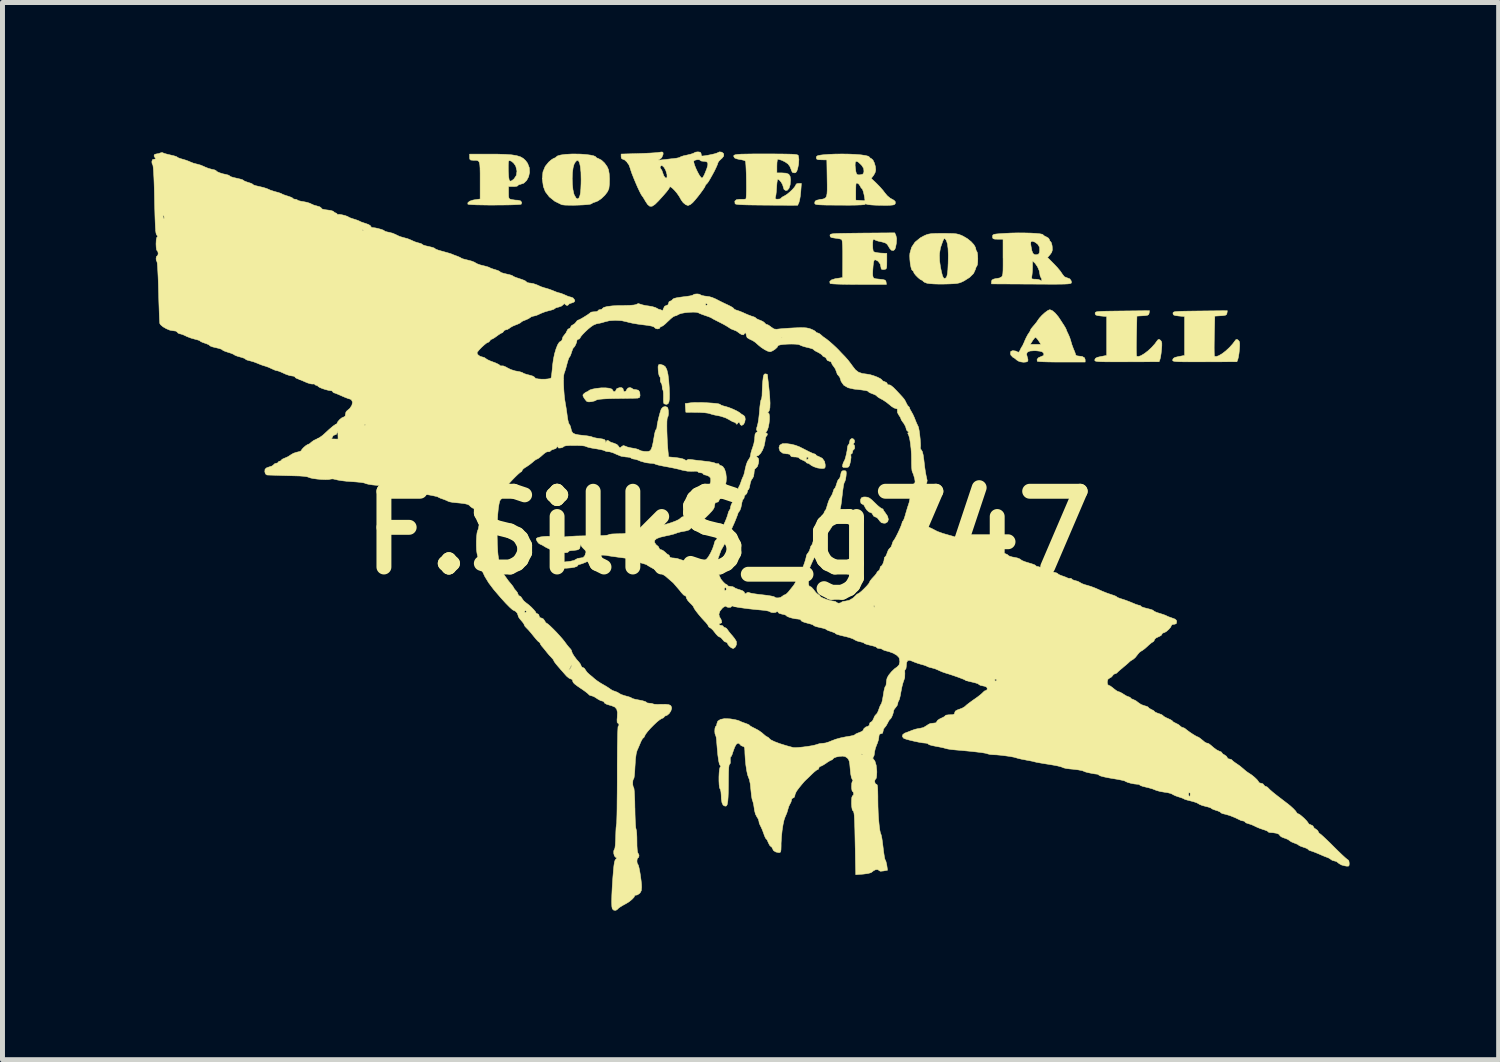
<source format=kicad_pcb>
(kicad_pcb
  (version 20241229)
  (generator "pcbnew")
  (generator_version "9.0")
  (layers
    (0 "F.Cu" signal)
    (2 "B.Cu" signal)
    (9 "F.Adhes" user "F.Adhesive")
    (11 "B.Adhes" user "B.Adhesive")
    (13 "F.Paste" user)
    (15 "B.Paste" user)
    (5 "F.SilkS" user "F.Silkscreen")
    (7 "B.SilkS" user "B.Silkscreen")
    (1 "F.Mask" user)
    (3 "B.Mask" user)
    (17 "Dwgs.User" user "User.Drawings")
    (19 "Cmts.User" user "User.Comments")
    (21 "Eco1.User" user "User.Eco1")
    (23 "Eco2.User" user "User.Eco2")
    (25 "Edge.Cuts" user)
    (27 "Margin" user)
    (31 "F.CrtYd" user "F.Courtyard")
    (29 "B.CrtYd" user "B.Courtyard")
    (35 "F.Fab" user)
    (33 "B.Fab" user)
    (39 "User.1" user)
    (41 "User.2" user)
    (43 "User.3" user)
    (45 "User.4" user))
  (footprint "F.SilkS_g747"
    (layer "F.Cu")
    (at 11.604 7.667)
    (property "Reference" "F.SilkS_g747" (at 0 0 0) (layer "F.SilkS") (effects (font (size 1.524 1.524) (thickness 0.3))))
    (attr through_hole)
    (fp_poly (pts (xy -1.318 -3.372) (xy -1.306 -3.367) (xy -1.269 -3.338) (xy -1.239 -3.279) (xy -1.217 -3.188) (xy -1.201 -3.061) (xy -1.191 -2.918) (xy -1.186 -2.787) (xy -1.188 -2.693) (xy -1.197 -2.631) (xy -1.215 -2.596) (xy -1.241 -2.583) (xy -1.248 -2.582) (xy -1.287 -2.591) (xy -1.3 -2.601) (xy -1.306 -2.63) (xy -1.308 -2.688) (xy -1.307 -2.737) (xy -1.308 -2.805) (xy -1.313 -2.854) (xy -1.319 -2.871) (xy -1.33 -2.901) (xy -1.333 -2.944) (xy -1.341 -2.992) (xy -1.357 -3.017) (xy -1.371 -3.047) (xy -1.37 -3.081) (xy -1.371 -3.122) (xy -1.382 -3.138) (xy -1.395 -3.162) (xy -1.407 -3.214) (xy -1.413 -3.266) (xy -1.416 -3.341) (xy -1.405 -3.379) (xy -1.375 -3.388) (xy -1.318 -3.372)) (stroke (width 0.01) (type solid)) (fill yes) (layer "F.SilkS"))
    (fp_poly (pts (xy 2.795 -0.715) (xy 2.837 -0.697) (xy 2.886 -0.659) (xy 2.943 -0.604) (xy 3.001 -0.548) (xy 3.051 -0.507) (xy 3.082 -0.488) (xy 3.085 -0.487) (xy 3.11 -0.475) (xy 3.111 -0.469) (xy 3.124 -0.442) (xy 3.154 -0.402) (xy 3.201 -0.332) (xy 3.217 -0.269) (xy 3.203 -0.22) (xy 3.161 -0.194) (xy 3.132 -0.191) (xy 3.078 -0.201) (xy 3.039 -0.241) (xy 3.031 -0.254) (xy 2.996 -0.297) (xy 2.959 -0.317) (xy 2.956 -0.317) (xy 2.92 -0.335) (xy 2.906 -0.36) (xy 2.886 -0.394) (xy 2.869 -0.402) (xy 2.826 -0.419) (xy 2.781 -0.46) (xy 2.748 -0.511) (xy 2.743 -0.524) (xy 2.721 -0.561) (xy 2.7 -0.572) (xy 2.668 -0.589) (xy 2.655 -0.635) (xy 2.66 -0.675) (xy 2.679 -0.706) (xy 2.719 -0.719) (xy 2.749 -0.72) (xy 2.795 -0.715)) (stroke (width 0.01) (type solid)) (fill yes) (layer "F.SilkS"))
    (fp_poly (pts (xy 2.505 -1.893) (xy 2.533 -1.865) (xy 2.538 -1.825) (xy 2.519 -1.795) (xy 2.514 -1.792) (xy 2.498 -1.782) (xy 2.514 -1.78) (xy 2.532 -1.762) (xy 2.54 -1.725) (xy 2.535 -1.688) (xy 2.519 -1.672) (xy 2.502 -1.654) (xy 2.498 -1.63) (xy 2.488 -1.595) (xy 2.474 -1.587) (xy 2.46 -1.572) (xy 2.463 -1.555) (xy 2.466 -1.517) (xy 2.459 -1.455) (xy 2.451 -1.418) (xy 2.435 -1.356) (xy 2.417 -1.324) (xy 2.389 -1.314) (xy 2.356 -1.312) (xy 2.309 -1.315) (xy 2.293 -1.331) (xy 2.299 -1.371) (xy 2.314 -1.417) (xy 2.327 -1.439) (xy 2.341 -1.467) (xy 2.358 -1.522) (xy 2.374 -1.589) (xy 2.387 -1.655) (xy 2.392 -1.703) (xy 2.4 -1.748) (xy 2.413 -1.767) (xy 2.432 -1.798) (xy 2.434 -1.816) (xy 2.447 -1.87) (xy 2.478 -1.895) (xy 2.505 -1.893)) (stroke (width 0.01) (type solid)) (fill yes) (layer "F.SilkS"))
    (fp_poly (pts (xy -0.52 -2.619) (xy -0.421 -2.614) (xy -0.327 -2.608) (xy -0.248 -2.601) (xy -0.193 -2.592) (xy -0.17 -2.583) (xy -0.169 -2.582) (xy -0.151 -2.569) (xy -0.102 -2.551) (xy -0.058 -2.54) (xy 0.012 -2.518) (xy 0.092 -2.486) (xy 0.168 -2.45) (xy 0.227 -2.415) (xy 0.254 -2.392) (xy 0.281 -2.374) (xy 0.302 -2.364) (xy 0.33 -2.335) (xy 0.338 -2.284) (xy 0.328 -2.228) (xy 0.305 -2.182) (xy 0.269 -2.159) (xy 0.264 -2.159) (xy 0.236 -2.176) (xy 0.233 -2.191) (xy 0.221 -2.219) (xy 0.196 -2.216) (xy 0.182 -2.196) (xy 0.168 -2.18) (xy 0.157 -2.196) (xy 0.129 -2.221) (xy 0.118 -2.223) (xy 0.085 -2.234) (xy 0.034 -2.262) (xy 0.01 -2.277) (xy -0.066 -2.315) (xy -0.161 -2.345) (xy -0.199 -2.353) (xy -0.277 -2.368) (xy -0.343 -2.385) (xy -0.375 -2.396) (xy -0.416 -2.406) (xy -0.487 -2.415) (xy -0.577 -2.42) (xy -0.64 -2.422) (xy -0.857 -2.424) (xy -0.864 -2.511) (xy -0.87 -2.599) (xy -0.76 -2.614) (xy -0.699 -2.619) (xy -0.616 -2.62) (xy -0.52 -2.619)) (stroke (width 0.01) (type solid)) (fill yes) (layer "F.SilkS"))
    (fp_poly (pts (xy -1.943 -2.907) (xy -1.937 -2.9) (xy -1.908 -2.884) (xy -1.864 -2.879) (xy -1.812 -2.867) (xy -1.785 -2.828) (xy -1.778 -2.761) (xy -1.789 -2.72) (xy -1.826 -2.708) (xy -1.862 -2.707) (xy -1.932 -2.705) (xy -2.029 -2.704) (xy -2.145 -2.702) (xy -2.247 -2.701) (xy -2.394 -2.698) (xy -2.511 -2.692) (xy -2.595 -2.685) (xy -2.642 -2.676) (xy -2.65 -2.673) (xy -2.692 -2.652) (xy -2.752 -2.637) (xy -2.809 -2.632) (xy -2.847 -2.64) (xy -2.847 -2.64) (xy -2.874 -2.669) (xy -2.905 -2.712) (xy -2.927 -2.753) (xy -2.925 -2.778) (xy -2.902 -2.802) (xy -2.864 -2.829) (xy -2.842 -2.836) (xy -2.814 -2.853) (xy -2.811 -2.858) (xy -2.788 -2.872) (xy -2.735 -2.889) (xy -2.664 -2.903) (xy -2.564 -2.914) (xy -2.473 -2.915) (xy -2.397 -2.907) (xy -2.346 -2.89) (xy -2.328 -2.867) (xy -2.311 -2.84) (xy -2.297 -2.836) (xy -2.268 -2.852) (xy -2.265 -2.866) (xy -2.246 -2.899) (xy -2.195 -2.918) (xy -2.157 -2.921) (xy -2.123 -2.905) (xy -2.117 -2.879) (xy -2.104 -2.844) (xy -2.087 -2.836) (xy -2.059 -2.854) (xy -2.047 -2.879) (xy -2.021 -2.911) (xy -1.98 -2.921) (xy -1.943 -2.907)) (stroke (width 0.01) (type solid)) (fill yes) (layer "F.SilkS"))
    (fp_poly (pts (xy 8.463 -4.419) (xy 8.454 -4.391) (xy 8.431 -4.376) (xy 8.382 -4.368) (xy 8.337 -4.365) (xy 8.217 -4.358) (xy 8.208 -3.962) (xy 8.206 -3.837) (xy 8.205 -3.727) (xy 8.206 -3.638) (xy 8.208 -3.577) (xy 8.211 -3.552) (xy 8.211 -3.552) (xy 8.244 -3.544) (xy 8.298 -3.562) (xy 8.365 -3.602) (xy 8.44 -3.659) (xy 8.514 -3.728) (xy 8.581 -3.803) (xy 8.617 -3.853) (xy 8.645 -3.887) (xy 8.668 -3.888) (xy 8.689 -3.874) (xy 8.708 -3.851) (xy 8.718 -3.816) (xy 8.718 -3.76) (xy 8.713 -3.692) (xy 8.704 -3.609) (xy 8.693 -3.536) (xy 8.682 -3.491) (xy 8.663 -3.44) (xy 8.014 -3.438) (xy 7.831 -3.438) (xy 7.686 -3.438) (xy 7.575 -3.439) (xy 7.493 -3.441) (xy 7.436 -3.444) (xy 7.4 -3.449) (xy 7.379 -3.455) (xy 7.371 -3.463) (xy 7.37 -3.474) (xy 7.37 -3.48) (xy 7.383 -3.508) (xy 7.419 -3.528) (xy 7.487 -3.544) (xy 7.493 -3.545) (xy 7.609 -3.567) (xy 7.609 -4.35) (xy 7.493 -4.36) (xy 7.425 -4.369) (xy 7.39 -4.381) (xy 7.377 -4.402) (xy 7.377 -4.413) (xy 7.378 -4.426) (xy 7.386 -4.436) (xy 7.404 -4.444) (xy 7.438 -4.449) (xy 7.493 -4.453) (xy 7.573 -4.456) (xy 7.683 -4.458) (xy 7.829 -4.46) (xy 7.923 -4.461) (xy 8.47 -4.467) (xy 8.463 -4.419)) (stroke (width 0.01) (type solid)) (fill yes) (layer "F.SilkS"))
    (fp_poly (pts (xy 10.029 -4.419) (xy 10.02 -4.391) (xy 9.997 -4.376) (xy 9.948 -4.368) (xy 9.903 -4.365) (xy 9.784 -4.358) (xy 9.774 -3.962) (xy 9.772 -3.837) (xy 9.771 -3.727) (xy 9.772 -3.638) (xy 9.774 -3.577) (xy 9.777 -3.552) (xy 9.777 -3.552) (xy 9.811 -3.544) (xy 9.864 -3.562) (xy 9.932 -3.602) (xy 10.006 -3.659) (xy 10.08 -3.728) (xy 10.147 -3.803) (xy 10.184 -3.853) (xy 10.211 -3.887) (xy 10.234 -3.888) (xy 10.255 -3.874) (xy 10.275 -3.851) (xy 10.284 -3.816) (xy 10.284 -3.76) (xy 10.28 -3.692) (xy 10.271 -3.609) (xy 10.259 -3.536) (xy 10.248 -3.491) (xy 10.229 -3.44) (xy 9.58 -3.438) (xy 9.397 -3.438) (xy 9.253 -3.438) (xy 9.141 -3.439) (xy 9.06 -3.441) (xy 9.003 -3.444) (xy 8.966 -3.449) (xy 8.946 -3.455) (xy 8.937 -3.463) (xy 8.936 -3.474) (xy 8.937 -3.48) (xy 8.95 -3.508) (xy 8.985 -3.528) (xy 9.053 -3.544) (xy 9.059 -3.545) (xy 9.176 -3.567) (xy 9.176 -4.35) (xy 9.059 -4.36) (xy 8.991 -4.369) (xy 8.956 -4.381) (xy 8.944 -4.402) (xy 8.943 -4.413) (xy 8.944 -4.426) (xy 8.952 -4.436) (xy 8.97 -4.444) (xy 9.005 -4.449) (xy 9.059 -4.453) (xy 9.14 -4.456) (xy 9.25 -4.458) (xy 9.395 -4.46) (xy 9.489 -4.461) (xy 10.036 -4.467) (xy 10.029 -4.419)) (stroke (width 0.01) (type solid)) (fill yes) (layer "F.SilkS"))
    (fp_poly (pts (xy 1.169 -1.793) (xy 1.265 -1.78) (xy 1.345 -1.76) (xy 1.425 -1.73) (xy 1.521 -1.682) (xy 1.542 -1.671) (xy 1.618 -1.632) (xy 1.681 -1.603) (xy 1.721 -1.588) (xy 1.728 -1.587) (xy 1.754 -1.577) (xy 1.757 -1.569) (xy 1.775 -1.55) (xy 1.81 -1.536) (xy 1.887 -1.498) (xy 1.934 -1.433) (xy 1.947 -1.365) (xy 1.945 -1.317) (xy 1.928 -1.296) (xy 1.884 -1.292) (xy 1.868 -1.293) (xy 1.793 -1.303) (xy 1.718 -1.328) (xy 1.714 -1.33) (xy 1.665 -1.356) (xy 1.636 -1.378) (xy 1.633 -1.381) (xy 1.609 -1.396) (xy 1.596 -1.397) (xy 1.569 -1.407) (xy 1.566 -1.414) (xy 1.549 -1.432) (xy 1.505 -1.455) (xy 1.492 -1.46) (xy 1.444 -1.483) (xy 1.435 -1.491) (xy 1.566 -1.491) (xy 1.577 -1.469) (xy 1.587 -1.471) (xy 1.608 -1.498) (xy 1.609 -1.504) (xy 1.593 -1.523) (xy 1.587 -1.524) (xy 1.569 -1.507) (xy 1.566 -1.491) (xy 1.435 -1.491) (xy 1.419 -1.503) (xy 1.418 -1.507) (xy 1.399 -1.518) (xy 1.352 -1.524) (xy 1.333 -1.524) (xy 1.275 -1.529) (xy 1.25 -1.547) (xy 1.249 -1.556) (xy 1.234 -1.578) (xy 1.187 -1.587) (xy 1.167 -1.587) (xy 1.089 -1.602) (xy 1.037 -1.643) (xy 1.016 -1.705) (xy 1.016 -1.708) (xy 1.033 -1.762) (xy 1.083 -1.791) (xy 1.166 -1.794) (xy 1.169 -1.793)) (stroke (width 0.01) (type solid)) (fill yes) (layer "F.SilkS"))
    (fp_poly (pts (xy -2.973 -7.617) (xy -2.868 -7.609) (xy -2.777 -7.597) (xy -2.709 -7.582) (xy -2.672 -7.565) (xy -2.667 -7.557) (xy -2.649 -7.54) (xy -2.615 -7.527) (xy -2.554 -7.495) (xy -2.492 -7.437) (xy -2.44 -7.364) (xy -2.413 -7.303) (xy -2.399 -7.222) (xy -2.393 -7.118) (xy -2.395 -7.012) (xy -2.405 -6.923) (xy -2.433 -6.86) (xy -2.487 -6.789) (xy -2.555 -6.724) (xy -2.626 -6.675) (xy -2.672 -6.656) (xy -2.724 -6.639) (xy -2.755 -6.619) (xy -2.756 -6.618) (xy -2.781 -6.609) (xy -2.84 -6.601) (xy -2.921 -6.595) (xy -3.016 -6.591) (xy -3.116 -6.588) (xy -3.209 -6.589) (xy -3.288 -6.591) (xy -3.342 -6.597) (xy -3.355 -6.6) (xy -3.493 -6.668) (xy -3.604 -6.757) (xy -3.684 -6.862) (xy -3.724 -6.968) (xy -3.745 -7.125) (xy -3.744 -7.127) (xy -3.143 -7.127) (xy -3.139 -7.009) (xy -3.128 -6.901) (xy -3.109 -6.815) (xy -3.101 -6.794) (xy -3.065 -6.733) (xy -3.034 -6.714) (xy -3.006 -6.737) (xy -2.986 -6.789) (xy -2.976 -6.844) (xy -2.969 -6.927) (xy -2.965 -7.028) (xy -2.964 -7.101) (xy -2.967 -7.25) (xy -2.979 -7.365) (xy -2.996 -7.444) (xy -3.02 -7.486) (xy -3.05 -7.489) (xy -3.083 -7.453) (xy -3.105 -7.414) (xy -3.125 -7.343) (xy -3.138 -7.243) (xy -3.143 -7.127) (xy -3.744 -7.127) (xy -3.732 -7.258) (xy -3.686 -7.37) (xy -3.616 -7.456) (xy -3.565 -7.5) (xy -3.521 -7.529) (xy -3.504 -7.535) (xy -3.473 -7.549) (xy -3.467 -7.558) (xy -3.439 -7.58) (xy -3.373 -7.599) (xy -3.275 -7.612) (xy -3.15 -7.619) (xy -3.086 -7.619) (xy -2.973 -7.617)) (stroke (width 0.01) (type solid)) (fill yes) (layer "F.SilkS"))
    (fp_poly (pts (xy -4.638 -7.616) (xy -4.482 -7.611) (xy -4.358 -7.602) (xy -4.261 -7.586) (xy -4.186 -7.563) (xy -4.129 -7.531) (xy -4.083 -7.489) (xy -4.044 -7.437) (xy -4.039 -7.428) (xy -4.006 -7.342) (xy -4.001 -7.25) (xy -4.02 -7.162) (xy -4.061 -7.085) (xy -4.119 -7.031) (xy -4.192 -7.007) (xy -4.203 -7.006) (xy -4.23 -6.994) (xy -4.233 -6.985) (xy -4.252 -6.972) (xy -4.3 -6.965) (xy -4.329 -6.964) (xy -4.424 -6.964) (xy -4.424 -6.839) (xy -4.423 -6.77) (xy -4.416 -6.731) (xy -4.398 -6.713) (xy -4.363 -6.703) (xy -4.358 -6.702) (xy -4.289 -6.692) (xy -4.233 -6.689) (xy -4.182 -6.676) (xy -4.159 -6.646) (xy -4.167 -6.611) (xy -4.191 -6.605) (xy -4.25 -6.601) (xy -4.338 -6.597) (xy -4.447 -6.594) (xy -4.57 -6.593) (xy -4.7 -6.592) (xy -4.831 -6.592) (xy -4.955 -6.594) (xy -5.065 -6.596) (xy -5.154 -6.6) (xy -5.215 -6.604) (xy -5.242 -6.61) (xy -5.243 -6.61) (xy -5.241 -6.641) (xy -5.205 -6.67) (xy -5.14 -6.692) (xy -5.1 -6.699) (xy -4.995 -6.714) (xy -4.995 -7.091) (xy -4.995 -7.23) (xy -4.997 -7.333) (xy -5.001 -7.392) (xy -4.429 -7.392) (xy -4.429 -7.311) (xy -4.428 -7.265) (xy -4.422 -7.164) (xy -4.412 -7.101) (xy -4.395 -7.073) (xy -4.368 -7.077) (xy -4.326 -7.107) (xy -4.311 -7.122) (xy -4.266 -7.19) (xy -4.254 -7.276) (xy -4.277 -7.369) (xy -4.286 -7.388) (xy -4.322 -7.437) (xy -4.364 -7.473) (xy -4.402 -7.487) (xy -4.421 -7.479) (xy -4.426 -7.451) (xy -4.429 -7.392) (xy -5.001 -7.392) (xy -5.002 -7.405) (xy -5.012 -7.451) (xy -5.03 -7.478) (xy -5.057 -7.49) (xy -5.095 -7.493) (xy -5.135 -7.493) (xy -5.184 -7.497) (xy -5.204 -7.516) (xy -5.207 -7.554) (xy -5.207 -7.616) (xy -4.831 -7.617) (xy -4.638 -7.616)) (stroke (width 0.01) (type solid)) (fill yes) (layer "F.SilkS"))
    (fp_poly (pts (xy 4.436 -6.021) (xy 4.521 -6.019) (xy 4.584 -6.013) (xy 4.634 -6.002) (xy 4.68 -5.985) (xy 4.721 -5.966) (xy 4.805 -5.917) (xy 4.88 -5.857) (xy 4.938 -5.794) (xy 4.97 -5.737) (xy 4.974 -5.716) (xy 4.984 -5.675) (xy 4.995 -5.662) (xy 5.006 -5.635) (xy 5.013 -5.581) (xy 5.016 -5.512) (xy 5.014 -5.445) (xy 5.008 -5.391) (xy 4.998 -5.367) (xy 4.981 -5.34) (xy 4.968 -5.297) (xy 4.931 -5.216) (xy 4.853 -5.138) (xy 4.741 -5.067) (xy 4.691 -5.043) (xy 4.646 -5.026) (xy 4.594 -5.015) (xy 4.525 -5.009) (xy 4.431 -5.005) (xy 4.352 -5.003) (xy 4.24 -5.002) (xy 4.136 -5.005) (xy 4.052 -5.011) (xy 3.998 -5.019) (xy 3.995 -5.019) (xy 3.945 -5.038) (xy 3.917 -5.057) (xy 3.916 -5.061) (xy 3.899 -5.079) (xy 3.892 -5.08) (xy 3.86 -5.095) (xy 3.816 -5.131) (xy 3.77 -5.177) (xy 3.736 -5.219) (xy 3.726 -5.244) (xy 3.713 -5.269) (xy 3.706 -5.271) (xy 3.688 -5.29) (xy 3.672 -5.34) (xy 3.658 -5.411) (xy 3.65 -5.492) (xy 3.647 -5.57) (xy 3.649 -5.605) (xy 4.244 -5.605) (xy 4.248 -5.467) (xy 4.264 -5.353) (xy 4.287 -5.24) (xy 4.307 -5.165) (xy 4.328 -5.124) (xy 4.35 -5.113) (xy 4.376 -5.129) (xy 4.379 -5.131) (xy 4.394 -5.159) (xy 4.405 -5.209) (xy 4.414 -5.288) (xy 4.419 -5.403) (xy 4.42 -5.417) (xy 4.423 -5.584) (xy 4.418 -5.714) (xy 4.406 -5.81) (xy 4.385 -5.875) (xy 4.372 -5.897) (xy 4.352 -5.919) (xy 4.336 -5.914) (xy 4.316 -5.875) (xy 4.311 -5.863) (xy 4.265 -5.732) (xy 4.244 -5.605) (xy 3.649 -5.605) (xy 3.65 -5.62) (xy 3.684 -5.742) (xy 3.753 -5.845) (xy 3.859 -5.932) (xy 3.934 -5.973) (xy 3.979 -5.993) (xy 4.024 -6.007) (xy 4.078 -6.016) (xy 4.151 -6.02) (xy 4.253 -6.022) (xy 4.318 -6.022) (xy 4.436 -6.021)) (stroke (width 0.01) (type solid)) (fill yes) (layer "F.SilkS"))
    (fp_poly (pts (xy 3.369 -5.98) (xy 3.383 -5.918) (xy 3.378 -5.829) (xy 3.374 -5.805) (xy 3.36 -5.733) (xy 3.343 -5.695) (xy 3.319 -5.679) (xy 3.312 -5.677) (xy 3.275 -5.685) (xy 3.24 -5.726) (xy 3.226 -5.751) (xy 3.195 -5.801) (xy 3.158 -5.829) (xy 3.1 -5.847) (xy 3.075 -5.853) (xy 3.011 -5.867) (xy 2.964 -5.882) (xy 2.951 -5.89) (xy 2.921 -5.905) (xy 2.917 -5.905) (xy 2.908 -5.887) (xy 2.902 -5.84) (xy 2.901 -5.779) (xy 2.904 -5.718) (xy 2.911 -5.672) (xy 2.917 -5.658) (xy 2.945 -5.643) (xy 3.002 -5.632) (xy 3.059 -5.626) (xy 3.186 -5.62) (xy 3.186 -5.461) (xy 3.185 -5.38) (xy 3.181 -5.332) (xy 3.17 -5.308) (xy 3.15 -5.299) (xy 3.127 -5.296) (xy 3.085 -5.297) (xy 3.07 -5.32) (xy 3.069 -5.338) (xy 3.053 -5.405) (xy 3.012 -5.461) (xy 2.965 -5.488) (xy 2.942 -5.489) (xy 2.927 -5.473) (xy 2.917 -5.429) (xy 2.91 -5.369) (xy 2.904 -5.287) (xy 2.901 -5.213) (xy 2.903 -5.175) (xy 2.91 -5.14) (xy 2.926 -5.12) (xy 2.962 -5.109) (xy 3.029 -5.102) (xy 3.037 -5.101) (xy 3.109 -5.093) (xy 3.149 -5.082) (xy 3.166 -5.063) (xy 3.171 -5.043) (xy 3.178 -4.995) (xy 2.617 -4.995) (xy 2.463 -4.996) (xy 2.326 -4.998) (xy 2.21 -5.001) (xy 2.12 -5.005) (xy 2.063 -5.01) (xy 2.044 -5.015) (xy 2.038 -5.054) (xy 2.072 -5.086) (xy 2.146 -5.11) (xy 2.176 -5.115) (xy 2.297 -5.133) (xy 2.299 -5.509) (xy 2.299 -5.667) (xy 2.295 -5.784) (xy 2.289 -5.861) (xy 2.28 -5.897) (xy 2.278 -5.9) (xy 2.244 -5.911) (xy 2.185 -5.922) (xy 2.148 -5.926) (xy 2.084 -5.936) (xy 2.052 -5.95) (xy 2.043 -5.975) (xy 2.043 -5.98) (xy 2.044 -5.991) (xy 2.051 -6.001) (xy 2.067 -6.008) (xy 2.098 -6.014) (xy 2.148 -6.018) (xy 2.221 -6.021) (xy 2.321 -6.023) (xy 2.453 -6.025) (xy 2.622 -6.027) (xy 2.694 -6.028) (xy 3.345 -6.033) (xy 3.369 -5.98)) (stroke (width 0.01) (type solid)) (fill yes) (layer "F.SilkS"))
    (fp_poly (pts (xy 6.513 -4.469) (xy 6.572 -4.42) (xy 6.634 -4.347) (xy 6.662 -4.305) (xy 6.69 -4.263) (xy 6.728 -4.204) (xy 6.741 -4.185) (xy 6.773 -4.133) (xy 6.792 -4.097) (xy 6.795 -4.089) (xy 6.804 -4.062) (xy 6.826 -4.015) (xy 6.834 -4) (xy 6.865 -3.929) (xy 6.888 -3.857) (xy 6.889 -3.852) (xy 6.909 -3.784) (xy 6.937 -3.708) (xy 6.945 -3.689) (xy 6.969 -3.631) (xy 6.983 -3.588) (xy 6.985 -3.578) (xy 7.003 -3.561) (xy 7.033 -3.556) (xy 7.117 -3.546) (xy 7.164 -3.518) (xy 7.176 -3.482) (xy 7.176 -3.434) (xy 6.699 -3.434) (xy 6.561 -3.434) (xy 6.438 -3.436) (xy 6.336 -3.439) (xy 6.261 -3.443) (xy 6.219 -3.448) (xy 6.212 -3.451) (xy 6.209 -3.488) (xy 6.239 -3.523) (xy 6.288 -3.543) (xy 6.336 -3.564) (xy 6.348 -3.598) (xy 6.322 -3.632) (xy 6.309 -3.64) (xy 6.265 -3.652) (xy 6.197 -3.66) (xy 6.153 -3.662) (xy 6.064 -3.655) (xy 6.013 -3.633) (xy 5.997 -3.593) (xy 6.011 -3.536) (xy 6.025 -3.486) (xy 6.023 -3.452) (xy 6.023 -3.451) (xy 5.991 -3.435) (xy 5.937 -3.43) (xy 5.876 -3.438) (xy 5.831 -3.454) (xy 5.793 -3.479) (xy 5.779 -3.493) (xy 5.753 -3.513) (xy 5.72 -3.532) (xy 5.68 -3.575) (xy 5.673 -3.61) (xy 5.68 -3.648) (xy 5.712 -3.661) (xy 5.732 -3.662) (xy 5.784 -3.654) (xy 5.816 -3.637) (xy 5.837 -3.63) (xy 5.859 -3.657) (xy 5.867 -3.674) (xy 5.89 -3.721) (xy 5.906 -3.746) (xy 5.907 -3.747) (xy 5.921 -3.771) (xy 5.929 -3.789) (xy 6.071 -3.789) (xy 6.287 -3.789) (xy 6.239 -3.863) (xy 6.206 -3.907) (xy 6.18 -3.93) (xy 6.174 -3.931) (xy 6.153 -3.911) (xy 6.121 -3.869) (xy 6.114 -3.857) (xy 6.071 -3.789) (xy 5.929 -3.789) (xy 5.944 -3.821) (xy 5.956 -3.851) (xy 5.988 -3.922) (xy 6.023 -3.987) (xy 6.034 -4.003) (xy 6.062 -4.045) (xy 6.075 -4.072) (xy 6.075 -4.073) (xy 6.086 -4.099) (xy 6.124 -4.146) (xy 6.162 -4.19) (xy 6.198 -4.235) (xy 6.216 -4.262) (xy 6.255 -4.317) (xy 6.309 -4.376) (xy 6.369 -4.43) (xy 6.424 -4.47) (xy 6.464 -4.487) (xy 6.466 -4.487) (xy 6.513 -4.469)) (stroke (width 0.01) (type solid)) (fill yes) (layer "F.SilkS"))
    (fp_poly (pts (xy 5.958 -6.031) (xy 6.08 -6.028) (xy 6.185 -6.022) (xy 6.265 -6.014) (xy 6.314 -6.004) (xy 6.325 -5.997) (xy 6.355 -5.971) (xy 6.398 -5.95) (xy 6.44 -5.925) (xy 6.456 -5.897) (xy 6.469 -5.865) (xy 6.479 -5.859) (xy 6.495 -5.835) (xy 6.509 -5.784) (xy 6.513 -5.755) (xy 6.516 -5.688) (xy 6.502 -5.64) (xy 6.472 -5.598) (xy 6.419 -5.537) (xy 6.553 -5.402) (xy 6.617 -5.334) (xy 6.671 -5.269) (xy 6.707 -5.218) (xy 6.714 -5.206) (xy 6.758 -5.15) (xy 6.805 -5.131) (xy 6.868 -5.107) (xy 6.896 -5.065) (xy 6.9 -5.033) (xy 6.898 -5.024) (xy 6.888 -5.017) (xy 6.866 -5.011) (xy 6.83 -5.006) (xy 6.774 -5.003) (xy 6.694 -5.001) (xy 6.588 -5) (xy 6.45 -5) (xy 6.278 -5.001) (xy 6.096 -5.002) (xy 5.292 -5.006) (xy 5.292 -5.051) (xy 5.301 -5.084) (xy 5.337 -5.103) (xy 5.371 -5.111) (xy 5.425 -5.12) (xy 5.45 -5.125) (xy 6.098 -5.125) (xy 6.109 -5.106) (xy 6.147 -5.101) (xy 6.177 -5.101) (xy 6.235 -5.095) (xy 6.273 -5.081) (xy 6.279 -5.076) (xy 6.295 -5.062) (xy 6.303 -5.078) (xy 6.298 -5.115) (xy 6.289 -5.128) (xy 6.27 -5.168) (xy 6.265 -5.198) (xy 6.252 -5.271) (xy 6.217 -5.351) (xy 6.172 -5.417) (xy 6.161 -5.428) (xy 6.117 -5.468) (xy 6.117 -5.351) (xy 6.115 -5.27) (xy 6.108 -5.197) (xy 6.104 -5.167) (xy 6.098 -5.125) (xy 5.45 -5.125) (xy 5.465 -5.129) (xy 5.492 -5.143) (xy 5.51 -5.17) (xy 5.52 -5.215) (xy 5.524 -5.284) (xy 5.525 -5.383) (xy 5.525 -5.519) (xy 5.524 -5.526) (xy 5.524 -5.841) (xy 6.08 -5.841) (xy 6.082 -5.797) (xy 6.087 -5.763) (xy 6.104 -5.673) (xy 6.126 -5.619) (xy 6.157 -5.594) (xy 6.198 -5.592) (xy 6.236 -5.603) (xy 6.255 -5.631) (xy 6.261 -5.678) (xy 6.258 -5.744) (xy 6.228 -5.796) (xy 6.215 -5.81) (xy 6.166 -5.846) (xy 6.12 -5.863) (xy 6.117 -5.863) (xy 6.091 -5.859) (xy 6.08 -5.841) (xy 5.524 -5.841) (xy 5.524 -5.905) (xy 5.419 -5.905) (xy 5.356 -5.907) (xy 5.324 -5.916) (xy 5.314 -5.937) (xy 5.313 -5.956) (xy 5.314 -5.978) (xy 5.324 -5.993) (xy 5.349 -6.004) (xy 5.397 -6.011) (xy 5.475 -6.017) (xy 5.553 -6.022) (xy 5.687 -6.029) (xy 5.824 -6.032) (xy 5.958 -6.031)) (stroke (width 0.01) (type solid)) (fill yes) (layer "F.SilkS"))
    (fp_poly (pts (xy 0.933 -7.62) (xy 1.079 -7.619) (xy 1.191 -7.617) (xy 1.274 -7.615) (xy 1.333 -7.611) (xy 1.371 -7.606) (xy 1.393 -7.599) (xy 1.404 -7.59) (xy 1.405 -7.587) (xy 1.417 -7.514) (xy 1.411 -7.415) (xy 1.394 -7.333) (xy 1.375 -7.273) (xy 1.353 -7.245) (xy 1.323 -7.239) (xy 1.286 -7.25) (xy 1.266 -7.29) (xy 1.262 -7.305) (xy 1.236 -7.369) (xy 1.198 -7.419) (xy 1.144 -7.457) (xy 1.077 -7.491) (xy 1.014 -7.511) (xy 0.992 -7.514) (xy 0.983 -7.495) (xy 0.976 -7.444) (xy 0.974 -7.377) (xy 0.974 -7.239) (xy 1.07 -7.239) (xy 1.159 -7.233) (xy 1.213 -7.213) (xy 1.24 -7.171) (xy 1.249 -7.103) (xy 1.249 -7.094) (xy 1.241 -6.998) (xy 1.218 -6.928) (xy 1.183 -6.889) (xy 1.154 -6.884) (xy 1.119 -6.905) (xy 1.104 -6.953) (xy 1.088 -7.005) (xy 1.057 -7.058) (xy 1.02 -7.099) (xy 0.993 -7.112) (xy 0.984 -7.093) (xy 0.976 -7.041) (xy 0.97 -6.967) (xy 0.969 -6.948) (xy 0.963 -6.864) (xy 0.955 -6.794) (xy 0.945 -6.75) (xy 0.944 -6.747) (xy 0.939 -6.721) (xy 0.962 -6.711) (xy 0.993 -6.71) (xy 1.038 -6.715) (xy 1.058 -6.728) (xy 1.058 -6.728) (xy 1.076 -6.749) (xy 1.118 -6.772) (xy 1.119 -6.772) (xy 1.168 -6.801) (xy 1.226 -6.847) (xy 1.283 -6.9) (xy 1.328 -6.951) (xy 1.353 -6.99) (xy 1.355 -6.999) (xy 1.373 -7.021) (xy 1.411 -7.027) (xy 1.467 -7.027) (xy 1.455 -6.863) (xy 1.446 -6.776) (xy 1.433 -6.699) (xy 1.419 -6.647) (xy 1.418 -6.643) (xy 1.392 -6.587) (xy 0.768 -6.59) (xy 0.578 -6.592) (xy 0.427 -6.594) (xy 0.312 -6.597) (xy 0.228 -6.601) (xy 0.173 -6.606) (xy 0.142 -6.613) (xy 0.133 -6.62) (xy 0.128 -6.67) (xy 0.16 -6.699) (xy 0.228 -6.708) (xy 0.243 -6.707) (xy 0.303 -6.707) (xy 0.344 -6.712) (xy 0.351 -6.715) (xy 0.356 -6.741) (xy 0.36 -6.801) (xy 0.362 -6.886) (xy 0.362 -6.988) (xy 0.361 -7.098) (xy 0.359 -7.208) (xy 0.355 -7.31) (xy 0.351 -7.394) (xy 0.346 -7.454) (xy 0.34 -7.479) (xy 0.31 -7.492) (xy 0.254 -7.505) (xy 0.23 -7.508) (xy 0.17 -7.521) (xy 0.129 -7.537) (xy 0.122 -7.544) (xy 0.109 -7.565) (xy 0.106 -7.582) (xy 0.114 -7.595) (xy 0.14 -7.604) (xy 0.186 -7.611) (xy 0.256 -7.616) (xy 0.355 -7.618) (xy 0.486 -7.62) (xy 0.654 -7.62) (xy 0.749 -7.62) (xy 0.933 -7.62)) (stroke (width 0.01) (type solid)) (fill yes) (layer "F.SilkS"))
    (fp_poly (pts (xy 2.431 -7.617) (xy 2.557 -7.611) (xy 2.667 -7.602) (xy 2.754 -7.589) (xy 2.813 -7.574) (xy 2.836 -7.557) (xy 2.836 -7.555) (xy 2.854 -7.536) (xy 2.875 -7.526) (xy 2.907 -7.497) (xy 2.935 -7.44) (xy 2.956 -7.367) (xy 2.963 -7.298) (xy 2.95 -7.244) (xy 2.919 -7.188) (xy 2.918 -7.187) (xy 2.872 -7.128) (xy 2.981 -7.025) (xy 3.046 -6.958) (xy 3.107 -6.889) (xy 3.145 -6.839) (xy 3.195 -6.779) (xy 3.253 -6.731) (xy 3.271 -6.721) (xy 3.331 -6.688) (xy 3.357 -6.659) (xy 3.356 -6.624) (xy 3.353 -6.617) (xy 3.341 -6.603) (xy 3.315 -6.594) (xy 3.266 -6.589) (xy 3.189 -6.586) (xy 3.076 -6.587) (xy 3.072 -6.587) (xy 2.969 -6.589) (xy 2.879 -6.594) (xy 2.813 -6.601) (xy 2.779 -6.609) (xy 2.778 -6.61) (xy 2.755 -6.618) (xy 2.752 -6.608) (xy 2.732 -6.6) (xy 2.671 -6.595) (xy 2.57 -6.591) (xy 2.427 -6.589) (xy 2.244 -6.59) (xy 2.084 -6.591) (xy 1.962 -6.592) (xy 1.873 -6.595) (xy 1.811 -6.598) (xy 1.771 -6.603) (xy 1.748 -6.61) (xy 1.738 -6.62) (xy 1.736 -6.632) (xy 1.736 -6.639) (xy 1.744 -6.67) (xy 1.774 -6.689) (xy 1.826 -6.7) (xy 1.883 -6.709) (xy 1.926 -6.72) (xy 1.955 -6.738) (xy 1.973 -6.769) (xy 1.983 -6.82) (xy 1.986 -6.871) (xy 2.561 -6.871) (xy 2.561 -6.691) (xy 2.651 -6.685) (xy 2.707 -6.681) (xy 2.742 -6.68) (xy 2.746 -6.68) (xy 2.745 -6.7) (xy 2.738 -6.749) (xy 2.728 -6.802) (xy 2.712 -6.866) (xy 2.696 -6.91) (xy 2.687 -6.921) (xy 2.668 -6.939) (xy 2.656 -6.964) (xy 2.627 -7.009) (xy 2.602 -7.028) (xy 2.582 -7.036) (xy 2.57 -7.03) (xy 2.564 -7.001) (xy 2.562 -6.944) (xy 2.561 -6.871) (xy 1.986 -6.871) (xy 1.987 -6.895) (xy 1.987 -7.001) (xy 1.985 -7.127) (xy 1.981 -7.392) (xy 2.548 -7.392) (xy 2.552 -7.35) (xy 2.562 -7.27) (xy 2.574 -7.224) (xy 2.593 -7.203) (xy 2.624 -7.199) (xy 2.653 -7.201) (xy 2.701 -7.212) (xy 2.721 -7.241) (xy 2.726 -7.272) (xy 2.72 -7.328) (xy 2.686 -7.384) (xy 2.668 -7.404) (xy 2.61 -7.458) (xy 2.571 -7.474) (xy 2.551 -7.452) (xy 2.548 -7.392) (xy 1.981 -7.392) (xy 1.979 -7.5) (xy 1.873 -7.502) (xy 1.81 -7.505) (xy 1.778 -7.515) (xy 1.768 -7.537) (xy 1.767 -7.546) (xy 1.773 -7.57) (xy 1.798 -7.586) (xy 1.849 -7.596) (xy 1.894 -7.602) (xy 2.021 -7.612) (xy 2.156 -7.618) (xy 2.295 -7.619) (xy 2.431 -7.617)) (stroke (width 0.01) (type solid)) (fill yes) (layer "F.SilkS"))
    (fp_poly (pts (xy -0.131 -7.655) (xy -0.097 -7.625) (xy -0.095 -7.618) (xy -0.095 -7.579) (xy -0.125 -7.539) (xy -0.146 -7.52) (xy -0.188 -7.48) (xy -0.21 -7.446) (xy -0.212 -7.44) (xy -0.222 -7.407) (xy -0.248 -7.348) (xy -0.284 -7.273) (xy -0.327 -7.194) (xy -0.369 -7.119) (xy -0.405 -7.059) (xy -0.431 -7.025) (xy -0.436 -7.021) (xy -0.462 -6.993) (xy -0.466 -6.98) (xy -0.478 -6.952) (xy -0.512 -6.901) (xy -0.559 -6.836) (xy -0.614 -6.764) (xy -0.67 -6.696) (xy -0.718 -6.642) (xy -0.765 -6.603) (xy -0.81 -6.584) (xy -0.816 -6.583) (xy -0.86 -6.6) (xy -0.91 -6.64) (xy -0.949 -6.693) (xy -0.953 -6.7) (xy -0.989 -6.764) (xy -1.034 -6.829) (xy -1.082 -6.886) (xy -1.127 -6.931) (xy -1.162 -6.957) (xy -1.183 -6.958) (xy -1.185 -6.947) (xy -1.2 -6.918) (xy -1.243 -6.861) (xy -1.313 -6.78) (xy -1.407 -6.676) (xy -1.48 -6.604) (xy -1.536 -6.568) (xy -1.582 -6.568) (xy -1.624 -6.601) (xy -1.665 -6.662) (xy -1.699 -6.72) (xy -1.725 -6.761) (xy -1.735 -6.773) (xy -1.756 -6.805) (xy -1.788 -6.867) (xy -1.827 -6.949) (xy -1.868 -7.044) (xy -1.908 -7.14) (xy -1.943 -7.229) (xy -1.968 -7.302) (xy -1.978 -7.338) (xy -1.979 -7.339) (xy -1.374 -7.339) (xy -1.357 -7.315) (xy -1.338 -7.287) (xy -1.324 -7.245) (xy -1.301 -7.182) (xy -1.274 -7.144) (xy -1.25 -7.133) (xy -1.235 -7.153) (xy -1.236 -7.204) (xy -1.237 -7.21) (xy -1.26 -7.287) (xy -1.293 -7.348) (xy -1.33 -7.383) (xy -1.347 -7.387) (xy -1.371 -7.372) (xy -1.374 -7.339) (xy -1.979 -7.339) (xy -2.002 -7.4) (xy -2.039 -7.453) (xy -0.698 -7.453) (xy -0.683 -7.399) (xy -0.656 -7.331) (xy -0.622 -7.259) (xy -0.587 -7.195) (xy -0.554 -7.15) (xy -0.531 -7.133) (xy -0.514 -7.151) (xy -0.488 -7.196) (xy -0.476 -7.223) (xy -0.435 -7.325) (xy -0.415 -7.396) (xy -0.416 -7.44) (xy -0.44 -7.463) (xy -0.485 -7.472) (xy -0.5 -7.472) (xy -0.548 -7.478) (xy -0.571 -7.493) (xy -0.572 -7.495) (xy -0.589 -7.505) (xy -0.628 -7.505) (xy -0.67 -7.495) (xy -0.696 -7.482) (xy -0.698 -7.453) (xy -2.039 -7.453) (xy -2.043 -7.458) (xy -2.09 -7.501) (xy -2.126 -7.514) (xy -2.153 -7.532) (xy -2.159 -7.566) (xy -2.159 -7.618) (xy -1.826 -7.627) (xy -1.703 -7.632) (xy -1.588 -7.637) (xy -1.491 -7.643) (xy -1.421 -7.649) (xy -1.401 -7.652) (xy -1.344 -7.66) (xy -1.319 -7.655) (xy -1.314 -7.632) (xy -1.316 -7.607) (xy -1.343 -7.545) (xy -1.376 -7.519) (xy -1.405 -7.502) (xy -1.403 -7.495) (xy -1.367 -7.498) (xy -1.333 -7.502) (xy -1.258 -7.51) (xy -1.165 -7.521) (xy -1.106 -7.527) (xy -1.038 -7.536) (xy -0.99 -7.547) (xy -0.974 -7.555) (xy -0.955 -7.566) (xy -0.905 -7.582) (xy -0.836 -7.597) (xy -0.764 -7.614) (xy -0.71 -7.631) (xy -0.686 -7.644) (xy -0.659 -7.657) (xy -0.613 -7.662) (xy -0.567 -7.655) (xy -0.551 -7.63) (xy -0.55 -7.62) (xy -0.544 -7.586) (xy -0.534 -7.578) (xy -0.486 -7.582) (xy -0.418 -7.593) (xy -0.344 -7.608) (xy -0.278 -7.623) (xy -0.234 -7.637) (xy -0.223 -7.642) (xy -0.179 -7.662) (xy -0.131 -7.655)) (stroke (width 0.01) (type solid)) (fill yes) (layer "F.SilkS"))
    (fp_poly (pts (xy -11.378 -7.643) (xy -11.347 -7.63) (xy -11.288 -7.614) (xy -11.224 -7.599) (xy -11.156 -7.583) (xy -11.108 -7.568) (xy -11.091 -7.558) (xy -11.073 -7.545) (xy -11.025 -7.527) (xy -10.99 -7.517) (xy -10.916 -7.495) (xy -10.849 -7.47) (xy -10.83 -7.461) (xy -10.768 -7.436) (xy -10.697 -7.417) (xy -10.694 -7.417) (xy -10.619 -7.396) (xy -10.545 -7.365) (xy -10.541 -7.362) (xy -10.468 -7.332) (xy -10.392 -7.311) (xy -10.388 -7.31) (xy -10.337 -7.299) (xy -10.31 -7.286) (xy -10.308 -7.284) (xy -10.289 -7.265) (xy -10.241 -7.243) (xy -10.176 -7.222) (xy -10.112 -7.208) (xy -10.061 -7.195) (xy -10.034 -7.18) (xy -10.033 -7.177) (xy -10.014 -7.164) (xy -9.964 -7.148) (xy -9.895 -7.132) (xy -9.826 -7.116) (xy -9.776 -7.101) (xy -9.758 -7.09) (xy -9.739 -7.076) (xy -9.693 -7.058) (xy -9.663 -7.048) (xy -9.606 -7.03) (xy -9.572 -7.013) (xy -9.567 -7.006) (xy -9.548 -6.994) (xy -9.499 -6.979) (xy -9.435 -6.964) (xy -9.358 -6.946) (xy -9.293 -6.926) (xy -9.26 -6.912) (xy -9.215 -6.892) (xy -9.148 -6.87) (xy -9.113 -6.86) (xy -9.048 -6.842) (xy -8.999 -6.825) (xy -8.986 -6.817) (xy -8.954 -6.802) (xy -8.897 -6.782) (xy -8.864 -6.772) (xy -8.806 -6.752) (xy -8.769 -6.734) (xy -8.763 -6.726) (xy -8.745 -6.713) (xy -8.722 -6.71) (xy -8.682 -6.702) (xy -8.67 -6.692) (xy -8.644 -6.679) (xy -8.59 -6.667) (xy -8.553 -6.661) (xy -8.48 -6.647) (xy -8.418 -6.627) (xy -8.399 -6.617) (xy -8.344 -6.592) (xy -8.277 -6.573) (xy -8.271 -6.571) (xy -8.22 -6.556) (xy -8.193 -6.535) (xy -8.191 -6.53) (xy -8.171 -6.511) (xy -8.111 -6.498) (xy -8.071 -6.493) (xy -8.004 -6.484) (xy -7.957 -6.47) (xy -7.942 -6.459) (xy -7.917 -6.437) (xy -7.904 -6.435) (xy -7.877 -6.422) (xy -7.874 -6.412) (xy -7.861 -6.399) (xy -7.853 -6.403) (xy -7.823 -6.404) (xy -7.77 -6.395) (xy -7.71 -6.38) (xy -7.661 -6.362) (xy -7.641 -6.35) (xy -7.616 -6.337) (xy -7.565 -6.319) (xy -7.535 -6.31) (xy -7.474 -6.29) (xy -7.429 -6.272) (xy -7.419 -6.266) (xy -7.387 -6.251) (xy -7.331 -6.232) (xy -7.297 -6.221) (xy -7.239 -6.2) (xy -7.203 -6.177) (xy -7.197 -6.165) (xy -7.179 -6.143) (xy -7.155 -6.138) (xy -7.107 -6.133) (xy -7.047 -6.12) (xy -6.986 -6.103) (xy -6.94 -6.086) (xy -6.921 -6.073) (xy -6.903 -6.062) (xy -6.856 -6.049) (xy -6.833 -6.045) (xy -6.758 -6.026) (xy -6.689 -5.997) (xy -6.679 -5.991) (xy -6.613 -5.96) (xy -6.538 -5.938) (xy -6.53 -5.936) (xy -6.452 -5.915) (xy -6.377 -5.884) (xy -6.372 -5.881) (xy -6.303 -5.851) (xy -6.234 -5.83) (xy -6.229 -5.829) (xy -6.182 -5.816) (xy -6.16 -5.801) (xy -6.16 -5.8) (xy -6.141 -5.788) (xy -6.091 -5.772) (xy -6.032 -5.759) (xy -5.966 -5.743) (xy -5.92 -5.728) (xy -5.905 -5.717) (xy -5.887 -5.704) (xy -5.837 -5.685) (xy -5.767 -5.665) (xy -5.763 -5.664) (xy -5.684 -5.642) (xy -5.617 -5.623) (xy -5.577 -5.61) (xy -5.529 -5.59) (xy -5.467 -5.567) (xy -5.461 -5.565) (xy -5.41 -5.544) (xy -5.379 -5.527) (xy -5.376 -5.524) (xy -5.352 -5.513) (xy -5.298 -5.498) (xy -5.24 -5.484) (xy -5.168 -5.465) (xy -5.111 -5.443) (xy -5.087 -5.428) (xy -5.052 -5.409) (xy -4.99 -5.387) (xy -4.937 -5.374) (xy -4.87 -5.357) (xy -4.822 -5.342) (xy -4.805 -5.334) (xy -4.78 -5.321) (xy -4.728 -5.303) (xy -4.694 -5.293) (xy -4.636 -5.274) (xy -4.599 -5.255) (xy -4.593 -5.248) (xy -4.574 -5.235) (xy -4.525 -5.219) (xy -4.466 -5.205) (xy -4.4 -5.19) (xy -4.354 -5.176) (xy -4.339 -5.166) (xy -4.321 -5.154) (xy -4.272 -5.134) (xy -4.203 -5.111) (xy -4.202 -5.111) (xy -4.133 -5.087) (xy -4.083 -5.064) (xy -4.064 -5.047) (xy -4.064 -5.047) (xy -4.045 -5.032) (xy -4 -5.023) (xy -3.99 -5.023) (xy -3.922 -5.011) (xy -3.848 -4.985) (xy -3.836 -4.979) (xy -3.764 -4.947) (xy -3.693 -4.924) (xy -3.682 -4.922) (xy -3.615 -4.902) (xy -3.539 -4.874) (xy -3.52 -4.866) (xy -3.461 -4.842) (xy -3.415 -4.827) (xy -3.404 -4.825) (xy -3.369 -4.816) (xy -3.314 -4.794) (xy -3.291 -4.784) (xy -3.232 -4.758) (xy -3.185 -4.743) (xy -3.174 -4.742) (xy -3.127 -4.724) (xy -3.095 -4.684) (xy -3.09 -4.662) (xy -3.109 -4.639) (xy -3.153 -4.622) (xy -3.154 -4.622) (xy -3.198 -4.608) (xy -3.217 -4.591) (xy -3.217 -4.591) (xy -3.232 -4.574) (xy -3.262 -4.576) (xy -3.287 -4.595) (xy -3.288 -4.598) (xy -3.304 -4.61) (xy -3.323 -4.589) (xy -3.358 -4.56) (xy -3.414 -4.54) (xy -3.419 -4.539) (xy -3.468 -4.526) (xy -3.492 -4.512) (xy -3.493 -4.51) (xy -3.511 -4.497) (xy -3.56 -4.48) (xy -3.605 -4.469) (xy -3.687 -4.446) (xy -3.766 -4.416) (xy -3.796 -4.402) (xy -3.855 -4.375) (xy -3.905 -4.361) (xy -3.914 -4.36) (xy -3.964 -4.346) (xy -3.984 -4.332) (xy -4.022 -4.307) (xy -4.08 -4.281) (xy -4.091 -4.277) (xy -4.141 -4.257) (xy -4.168 -4.239) (xy -4.17 -4.236) (xy -4.188 -4.221) (xy -4.235 -4.198) (xy -4.274 -4.183) (xy -4.339 -4.156) (xy -4.389 -4.128) (xy -4.404 -4.115) (xy -4.446 -4.089) (xy -4.469 -4.085) (xy -4.509 -4.071) (xy -4.522 -4.053) (xy -4.544 -4.025) (xy -4.555 -4.022) (xy -4.583 -4.009) (xy -4.63 -3.978) (xy -4.657 -3.958) (xy -4.709 -3.921) (xy -4.749 -3.898) (xy -4.761 -3.895) (xy -4.789 -3.878) (xy -4.797 -3.863) (xy -4.823 -3.835) (xy -4.836 -3.831) (xy -4.865 -3.817) (xy -4.911 -3.78) (xy -4.964 -3.732) (xy -5.013 -3.681) (xy -5.048 -3.638) (xy -5.059 -3.616) (xy -5.041 -3.582) (xy -5 -3.551) (xy -4.954 -3.536) (xy -4.949 -3.536) (xy -4.904 -3.521) (xy -4.886 -3.507) (xy -4.847 -3.481) (xy -4.791 -3.456) (xy -4.784 -3.453) (xy -4.687 -3.417) (xy -4.623 -3.387) (xy -4.594 -3.365) (xy -4.593 -3.361) (xy -4.577 -3.354) (xy -4.561 -3.358) (xy -4.525 -3.355) (xy -4.472 -3.332) (xy -4.449 -3.318) (xy -4.378 -3.283) (xy -4.293 -3.256) (xy -4.259 -3.25) (xy -4.195 -3.238) (xy -4.15 -3.224) (xy -4.138 -3.217) (xy -4.113 -3.203) (xy -4.059 -3.185) (xy -4.011 -3.173) (xy -3.941 -3.153) (xy -3.901 -3.13) (xy -3.895 -3.119) (xy -3.876 -3.104) (xy -3.827 -3.094) (xy -3.761 -3.089) (xy -3.689 -3.089) (xy -3.625 -3.095) (xy -3.58 -3.106) (xy -3.567 -3.117) (xy -3.561 -3.148) (xy -3.553 -3.211) (xy -3.544 -3.296) (xy -3.538 -3.366) (xy -3.522 -3.484) (xy -3.499 -3.597) (xy -3.469 -3.698) (xy -3.437 -3.779) (xy -3.403 -3.833) (xy -3.373 -3.852) (xy -3.35 -3.87) (xy -3.344 -3.894) (xy -3.33 -3.94) (xy -3.305 -3.973) (xy -3.267 -4.022) (xy -3.25 -4.059) (xy -3.228 -4.096) (xy -3.205 -4.106) (xy -3.178 -4.123) (xy -3.175 -4.137) (xy -3.157 -4.167) (xy -3.133 -4.18) (xy -3.088 -4.21) (xy -3.068 -4.235) (xy -3.043 -4.267) (xy -3.027 -4.276) (xy -3 -4.286) (xy -2.949 -4.313) (xy -2.89 -4.349) (xy -2.833 -4.385) (xy -2.791 -4.415) (xy -2.776 -4.429) (xy -2.753 -4.44) (xy -2.704 -4.445) (xy -2.697 -4.445) (xy -2.649 -4.45) (xy -2.625 -4.464) (xy -2.625 -4.466) (xy -2.607 -4.484) (xy -2.584 -4.487) (xy -2.547 -4.497) (xy -2.536 -4.51) (xy -2.507 -4.533) (xy -2.439 -4.551) (xy -2.334 -4.564) (xy -2.196 -4.571) (xy -2.116 -4.571) (xy -1.99 -4.574) (xy -1.902 -4.581) (xy -1.853 -4.592) (xy -1.846 -4.597) (xy -1.814 -4.611) (xy -1.773 -4.598) (xy -1.725 -4.583) (xy -1.654 -4.568) (xy -1.606 -4.562) (xy -1.532 -4.549) (xy -1.471 -4.531) (xy -1.447 -4.519) (xy -1.4 -4.494) (xy -1.371 -4.488) (xy -1.338 -4.475) (xy -1.332 -4.461) (xy -1.326 -4.46) (xy -1.313 -4.493) (xy -1.31 -4.503) (xy -1.284 -4.556) (xy -1.248 -4.572) (xy -1.213 -4.587) (xy -1.212 -4.593) (xy -0.466 -4.593) (xy -0.45 -4.573) (xy -0.445 -4.572) (xy -0.424 -4.588) (xy -0.423 -4.593) (xy -0.439 -4.614) (xy -0.445 -4.614) (xy -0.465 -4.598) (xy -0.466 -4.593) (xy -1.212 -4.593) (xy -1.206 -4.614) (xy -1.194 -4.649) (xy -1.176 -4.657) (xy -1.14 -4.673) (xy -1.128 -4.688) (xy -1.114 -4.703) (xy -1.086 -4.716) (xy -1.038 -4.727) (xy -0.963 -4.739) (xy -0.854 -4.753) (xy -0.83 -4.756) (xy -0.765 -4.766) (xy -0.72 -4.779) (xy -0.707 -4.787) (xy -0.679 -4.8) (xy -0.631 -4.804) (xy -0.584 -4.799) (xy -0.563 -4.786) (xy -0.537 -4.774) (xy -0.483 -4.762) (xy -0.449 -4.758) (xy -0.383 -4.749) (xy -0.323 -4.731) (xy -0.253 -4.701) (xy -0.18 -4.663) (xy -0.138 -4.642) (xy -0.074 -4.611) (xy -0.016 -4.584) (xy 0.047 -4.553) (xy 0.091 -4.526) (xy 0.106 -4.51) (xy 0.124 -4.492) (xy 0.163 -4.477) (xy 0.216 -4.46) (xy 0.286 -4.432) (xy 0.327 -4.413) (xy 0.399 -4.382) (xy 0.465 -4.357) (xy 0.492 -4.349) (xy 0.534 -4.334) (xy 0.55 -4.319) (xy 0.568 -4.304) (xy 0.614 -4.283) (xy 0.634 -4.276) (xy 0.689 -4.252) (xy 0.724 -4.227) (xy 0.728 -4.22) (xy 0.756 -4.194) (xy 0.769 -4.191) (xy 0.803 -4.178) (xy 0.849 -4.146) (xy 0.859 -4.137) (xy 0.917 -4.099) (xy 0.972 -4.093) (xy 0.98 -4.095) (xy 1.024 -4.1) (xy 1.1 -4.107) (xy 1.197 -4.114) (xy 1.302 -4.12) (xy 1.42 -4.125) (xy 1.505 -4.126) (xy 1.568 -4.121) (xy 1.62 -4.111) (xy 1.661 -4.097) (xy 1.717 -4.072) (xy 1.751 -4.05) (xy 1.757 -4.041) (xy 1.774 -4.024) (xy 1.789 -4.022) (xy 1.827 -4.008) (xy 1.86 -3.982) (xy 1.903 -3.944) (xy 1.932 -3.924) (xy 1.974 -3.894) (xy 2.035 -3.845) (xy 2.103 -3.785) (xy 2.168 -3.725) (xy 2.219 -3.674) (xy 2.219 -3.674) (xy 2.27 -3.619) (xy 2.33 -3.557) (xy 2.35 -3.536) (xy 2.405 -3.474) (xy 2.464 -3.397) (xy 2.495 -3.354) (xy 2.554 -3.278) (xy 2.616 -3.23) (xy 2.694 -3.203) (xy 2.785 -3.191) (xy 2.849 -3.18) (xy 2.923 -3.158) (xy 2.994 -3.131) (xy 3.053 -3.102) (xy 3.086 -3.077) (xy 3.09 -3.068) (xy 3.108 -3.052) (xy 3.143 -3.039) (xy 3.183 -3.019) (xy 3.196 -2.995) (xy 3.21 -2.974) (xy 3.228 -2.977) (xy 3.26 -2.968) (xy 3.314 -2.926) (xy 3.375 -2.865) (xy 3.448 -2.787) (xy 3.498 -2.732) (xy 3.531 -2.693) (xy 3.552 -2.661) (xy 3.568 -2.63) (xy 3.579 -2.607) (xy 3.603 -2.562) (xy 3.623 -2.54) (xy 3.625 -2.54) (xy 3.64 -2.524) (xy 3.641 -2.517) (xy 3.652 -2.484) (xy 3.679 -2.438) (xy 3.679 -2.437) (xy 3.709 -2.384) (xy 3.742 -2.312) (xy 3.756 -2.275) (xy 3.782 -2.211) (xy 3.805 -2.161) (xy 3.814 -2.145) (xy 3.825 -2.113) (xy 3.837 -2.052) (xy 3.848 -1.972) (xy 3.857 -1.887) (xy 3.863 -1.807) (xy 3.865 -1.745) (xy 3.861 -1.712) (xy 3.861 -1.711) (xy 3.865 -1.683) (xy 3.881 -1.665) (xy 3.9 -1.633) (xy 3.917 -1.567) (xy 3.932 -1.462) (xy 3.937 -1.418) (xy 3.949 -1.316) (xy 3.963 -1.22) (xy 3.977 -1.145) (xy 3.984 -1.115) (xy 3.998 -1.05) (xy 3.99 -1.005) (xy 3.982 -0.991) (xy 3.967 -0.95) (xy 3.98 -0.919) (xy 3.995 -0.874) (xy 3.992 -0.801) (xy 3.992 -0.799) (xy 3.977 -0.689) (xy 3.962 -0.565) (xy 3.948 -0.441) (xy 3.938 -0.333) (xy 3.933 -0.268) (xy 3.932 -0.202) (xy 3.945 -0.161) (xy 3.982 -0.133) (xy 4.043 -0.106) (xy 4.096 -0.082) (xy 4.128 -0.065) (xy 4.204 -0.026) (xy 4.315 0.014) (xy 4.451 0.053) (xy 4.523 0.073) (xy 4.578 0.092) (xy 4.604 0.106) (xy 4.604 0.106) (xy 4.628 0.118) (xy 4.683 0.134) (xy 4.752 0.15) (xy 4.821 0.166) (xy 4.871 0.181) (xy 4.889 0.192) (xy 4.908 0.206) (xy 4.953 0.219) (xy 4.958 0.22) (xy 5.028 0.24) (xy 5.086 0.264) (xy 5.139 0.284) (xy 5.215 0.306) (xy 5.276 0.319) (xy 5.359 0.339) (xy 5.434 0.365) (xy 5.474 0.384) (xy 5.527 0.41) (xy 5.57 0.423) (xy 5.574 0.423) (xy 5.613 0.44) (xy 5.624 0.452) (xy 5.653 0.471) (xy 5.71 0.488) (xy 5.747 0.494) (xy 5.813 0.508) (xy 5.861 0.527) (xy 5.875 0.538) (xy 5.906 0.559) (xy 5.965 0.583) (xy 6.039 0.606) (xy 6.109 0.627) (xy 6.16 0.646) (xy 6.181 0.66) (xy 6.181 0.661) (xy 6.198 0.676) (xy 6.212 0.677) (xy 6.247 0.686) (xy 6.306 0.707) (xy 6.355 0.728) (xy 6.433 0.76) (xy 6.51 0.786) (xy 6.546 0.794) (xy 6.597 0.807) (xy 6.624 0.821) (xy 6.625 0.824) (xy 6.643 0.839) (xy 6.689 0.859) (xy 6.715 0.868) (xy 6.774 0.889) (xy 6.816 0.907) (xy 6.824 0.912) (xy 6.858 0.92) (xy 6.871 0.917) (xy 6.897 0.918) (xy 6.9 0.927) (xy 6.919 0.944) (xy 6.964 0.96) (xy 6.974 0.962) (xy 7.031 0.978) (xy 7.072 1.001) (xy 7.074 1.002) (xy 7.11 1.023) (xy 7.17 1.045) (xy 7.207 1.055) (xy 7.294 1.081) (xy 7.383 1.115) (xy 7.408 1.126) (xy 7.52 1.176) (xy 7.612 1.213) (xy 7.699 1.243) (xy 7.721 1.25) (xy 7.775 1.269) (xy 7.807 1.285) (xy 7.811 1.29) (xy 7.829 1.303) (xy 7.876 1.321) (xy 7.911 1.332) (xy 7.991 1.358) (xy 8.082 1.393) (xy 8.123 1.41) (xy 8.19 1.438) (xy 8.244 1.456) (xy 8.266 1.46) (xy 8.294 1.471) (xy 8.297 1.479) (xy 8.316 1.492) (xy 8.366 1.509) (xy 8.424 1.524) (xy 8.491 1.541) (xy 8.537 1.557) (xy 8.551 1.569) (xy 8.57 1.583) (xy 8.618 1.604) (xy 8.673 1.621) (xy 8.742 1.643) (xy 8.795 1.662) (xy 8.816 1.673) (xy 8.848 1.688) (xy 8.904 1.708) (xy 8.927 1.716) (xy 8.985 1.738) (xy 9.012 1.763) (xy 9.017 1.792) (xy 9.007 1.83) (xy 8.971 1.841) (xy 8.964 1.841) (xy 8.924 1.849) (xy 8.911 1.865) (xy 8.895 1.9) (xy 8.857 1.944) (xy 8.811 1.985) (xy 8.769 2.009) (xy 8.758 2.011) (xy 8.726 2.025) (xy 8.721 2.041) (xy 8.703 2.067) (xy 8.658 2.091) (xy 8.647 2.095) (xy 8.598 2.119) (xy 8.573 2.146) (xy 8.572 2.151) (xy 8.555 2.185) (xy 8.541 2.194) (xy 8.509 2.214) (xy 8.46 2.255) (xy 8.427 2.286) (xy 8.373 2.334) (xy 8.325 2.369) (xy 8.305 2.38) (xy 8.268 2.406) (xy 8.228 2.453) (xy 8.223 2.461) (xy 8.181 2.513) (xy 8.135 2.551) (xy 8.13 2.553) (xy 8.088 2.579) (xy 8.067 2.597) (xy 8.045 2.618) (xy 8 2.658) (xy 7.94 2.707) (xy 7.938 2.71) (xy 7.879 2.759) (xy 7.835 2.798) (xy 7.814 2.82) (xy 7.814 2.82) (xy 7.79 2.835) (xy 7.776 2.836) (xy 7.743 2.853) (xy 7.733 2.87) (xy 7.704 2.903) (xy 7.67 2.922) (xy 7.632 2.95) (xy 7.62 3.002) (xy 7.62 3.005) (xy 7.628 3.053) (xy 7.648 3.069) (xy 7.68 3.082) (xy 7.727 3.116) (xy 7.747 3.133) (xy 7.796 3.171) (xy 7.835 3.194) (xy 7.845 3.196) (xy 7.878 3.207) (xy 7.929 3.235) (xy 7.95 3.249) (xy 8.004 3.282) (xy 8.047 3.3) (xy 8.057 3.302) (xy 8.083 3.313) (xy 8.086 3.321) (xy 8.104 3.339) (xy 8.14 3.353) (xy 8.195 3.379) (xy 8.245 3.417) (xy 8.301 3.455) (xy 8.368 3.48) (xy 8.37 3.48) (xy 8.419 3.494) (xy 8.445 3.509) (xy 8.445 3.512) (xy 8.463 3.531) (xy 8.505 3.554) (xy 8.509 3.556) (xy 8.553 3.578) (xy 8.572 3.597) (xy 8.572 3.598) (xy 8.591 3.612) (xy 8.636 3.631) (xy 8.657 3.638) (xy 8.71 3.657) (xy 8.739 3.675) (xy 8.742 3.68) (xy 8.76 3.696) (xy 8.805 3.721) (xy 8.837 3.735) (xy 8.892 3.76) (xy 8.927 3.782) (xy 8.932 3.789) (xy 8.95 3.807) (xy 8.993 3.829) (xy 9.001 3.833) (xy 9.053 3.859) (xy 9.085 3.886) (xy 9.087 3.888) (xy 9.119 3.913) (xy 9.133 3.916) (xy 9.172 3.93) (xy 9.19 3.943) (xy 9.226 3.972) (xy 9.279 4.011) (xy 9.339 4.051) (xy 9.393 4.084) (xy 9.43 4.104) (xy 9.438 4.106) (xy 9.456 4.113) (xy 9.489 4.136) (xy 9.544 4.18) (xy 9.582 4.212) (xy 9.619 4.231) (xy 9.631 4.233) (xy 9.648 4.236) (xy 9.671 4.249) (xy 9.707 4.277) (xy 9.765 4.327) (xy 9.767 4.328) (xy 9.821 4.368) (xy 9.872 4.393) (xy 9.878 4.395) (xy 9.916 4.411) (xy 9.927 4.427) (xy 9.944 4.449) (xy 9.98 4.47) (xy 10.019 4.497) (xy 10.033 4.522) (xy 10.051 4.546) (xy 10.074 4.551) (xy 10.115 4.561) (xy 10.129 4.573) (xy 10.154 4.597) (xy 10.201 4.632) (xy 10.22 4.644) (xy 10.289 4.692) (xy 10.355 4.747) (xy 10.363 4.754) (xy 10.418 4.801) (xy 10.472 4.838) (xy 10.481 4.843) (xy 10.53 4.876) (xy 10.584 4.92) (xy 10.632 4.966) (xy 10.662 5.004) (xy 10.668 5.018) (xy 10.686 5.034) (xy 10.711 5.038) (xy 10.752 5.051) (xy 10.766 5.069) (xy 10.792 5.098) (xy 10.807 5.101) (xy 10.841 5.117) (xy 10.863 5.139) (xy 10.891 5.168) (xy 10.945 5.215) (xy 11.013 5.27) (xy 11.049 5.298) (xy 11.122 5.354) (xy 11.186 5.403) (xy 11.23 5.437) (xy 11.242 5.445) (xy 11.307 5.498) (xy 11.366 5.552) (xy 11.409 5.598) (xy 11.429 5.627) (xy 11.43 5.63) (xy 11.447 5.65) (xy 11.457 5.652) (xy 11.487 5.665) (xy 11.532 5.701) (xy 11.583 5.746) (xy 11.629 5.793) (xy 11.658 5.83) (xy 11.663 5.842) (xy 11.681 5.862) (xy 11.716 5.876) (xy 11.755 5.895) (xy 11.769 5.917) (xy 11.786 5.945) (xy 11.81 5.958) (xy 11.851 5.988) (xy 11.864 6.012) (xy 11.883 6.046) (xy 11.897 6.054) (xy 11.917 6.068) (xy 11.962 6.108) (xy 12.026 6.168) (xy 12.105 6.244) (xy 12.179 6.318) (xy 12.266 6.404) (xy 12.343 6.478) (xy 12.406 6.536) (xy 12.449 6.572) (xy 12.466 6.583) (xy 12.481 6.601) (xy 12.488 6.646) (xy 12.488 6.649) (xy 12.486 6.69) (xy 12.472 6.707) (xy 12.435 6.707) (xy 12.398 6.701) (xy 12.332 6.683) (xy 12.281 6.654) (xy 12.273 6.646) (xy 12.23 6.613) (xy 12.195 6.604) (xy 12.145 6.59) (xy 12.124 6.575) (xy 12.081 6.546) (xy 12.043 6.53) (xy 11.994 6.512) (xy 11.926 6.483) (xy 11.885 6.465) (xy 11.813 6.435) (xy 11.748 6.41) (xy 11.721 6.402) (xy 11.679 6.387) (xy 11.663 6.371) (xy 11.644 6.356) (xy 11.598 6.336) (xy 11.568 6.327) (xy 11.512 6.307) (xy 11.477 6.291) (xy 11.472 6.285) (xy 11.454 6.271) (xy 11.409 6.252) (xy 11.387 6.244) (xy 11.33 6.221) (xy 11.292 6.198) (xy 11.286 6.192) (xy 11.258 6.172) (xy 11.205 6.149) (xy 11.181 6.142) (xy 11.127 6.12) (xy 11.095 6.096) (xy 11.091 6.087) (xy 11.072 6.064) (xy 11.022 6.045) (xy 10.951 6.034) (xy 10.909 6.032) (xy 10.87 6.027) (xy 10.858 6.016) (xy 10.84 6.001) (xy 10.793 5.982) (xy 10.758 5.971) (xy 10.683 5.945) (xy 10.613 5.915) (xy 10.594 5.905) (xy 10.527 5.874) (xy 10.462 5.853) (xy 10.415 5.838) (xy 10.393 5.821) (xy 10.393 5.819) (xy 10.376 5.802) (xy 10.361 5.8) (xy 10.315 5.79) (xy 10.292 5.78) (xy 10.193 5.732) (xy 10.091 5.691) (xy 10.004 5.665) (xy 9.985 5.661) (xy 9.934 5.648) (xy 9.907 5.634) (xy 9.906 5.63) (xy 9.888 5.615) (xy 9.841 5.595) (xy 9.811 5.586) (xy 9.755 5.567) (xy 9.72 5.55) (xy 9.716 5.544) (xy 9.697 5.533) (xy 9.648 5.517) (xy 9.599 5.505) (xy 9.529 5.486) (xy 9.475 5.464) (xy 9.455 5.451) (xy 9.42 5.432) (xy 9.358 5.411) (xy 9.301 5.396) (xy 9.233 5.379) (xy 9.183 5.364) (xy 9.165 5.355) (xy 9.14 5.342) (xy 9.089 5.324) (xy 9.059 5.315) (xy 8.995 5.293) (xy 8.944 5.269) (xy 8.932 5.261) (xy 8.912 5.251) (xy 9.254 5.251) (xy 9.261 5.285) (xy 9.275 5.312) (xy 9.283 5.299) (xy 9.287 5.285) (xy 9.289 5.246) (xy 9.283 5.234) (xy 9.263 5.229) (xy 9.254 5.251) (xy 8.912 5.251) (xy 8.895 5.244) (xy 8.831 5.228) (xy 8.774 5.22) (xy 8.694 5.207) (xy 8.621 5.188) (xy 8.586 5.175) (xy 8.531 5.153) (xy 8.454 5.131) (xy 8.4 5.118) (xy 8.335 5.102) (xy 8.29 5.086) (xy 8.276 5.076) (xy 8.258 5.063) (xy 8.218 5.059) (xy 8.162 5.053) (xy 8.095 5.04) (xy 8.032 5.022) (xy 7.989 5.004) (xy 7.98 4.997) (xy 7.956 4.988) (xy 7.899 4.975) (xy 7.817 4.959) (xy 7.726 4.944) (xy 7.628 4.927) (xy 7.545 4.909) (xy 7.486 4.893) (xy 7.461 4.881) (xy 7.429 4.859) (xy 7.419 4.857) (xy 7.366 4.851) (xy 7.299 4.839) (xy 7.232 4.825) (xy 7.182 4.812) (xy 7.165 4.805) (xy 7.121 4.787) (xy 7.04 4.771) (xy 6.929 4.757) (xy 6.871 4.752) (xy 6.799 4.743) (xy 6.743 4.73) (xy 6.72 4.72) (xy 6.689 4.708) (xy 6.626 4.692) (xy 6.539 4.675) (xy 6.442 4.659) (xy 6.341 4.643) (xy 6.254 4.628) (xy 6.19 4.616) (xy 6.16 4.609) (xy 6.124 4.599) (xy 6.059 4.586) (xy 5.981 4.572) (xy 5.98 4.571) (xy 5.899 4.556) (xy 5.83 4.54) (xy 5.789 4.528) (xy 5.743 4.515) (xy 5.668 4.501) (xy 5.575 4.488) (xy 5.478 4.476) (xy 5.39 4.468) (xy 5.332 4.466) (xy 5.268 4.461) (xy 5.218 4.45) (xy 5.212 4.447) (xy 5.173 4.436) (xy 5.097 4.423) (xy 4.988 4.41) (xy 4.851 4.395) (xy 4.691 4.38) (xy 4.572 4.37) (xy 4.489 4.362) (xy 4.418 4.351) (xy 4.373 4.341) (xy 4.371 4.34) (xy 4.329 4.328) (xy 4.261 4.313) (xy 4.179 4.298) (xy 4.175 4.297) (xy 4.101 4.282) (xy 4.046 4.267) (xy 4.022 4.254) (xy 4.022 4.253) (xy 4.003 4.238) (xy 3.963 4.232) (xy 3.907 4.227) (xy 3.826 4.213) (xy 3.736 4.194) (xy 3.647 4.173) (xy 3.574 4.153) (xy 3.529 4.136) (xy 3.526 4.135) (xy 3.499 4.101) (xy 3.506 4.062) (xy 3.544 4.032) (xy 3.55 4.03) (xy 3.591 4.015) (xy 3.654 3.991) (xy 3.687 3.977) (xy 3.757 3.953) (xy 3.82 3.939) (xy 3.841 3.937) (xy 3.922 3.919) (xy 4.004 3.869) (xy 4.017 3.858) (xy 4.057 3.839) (xy 4.115 3.831) (xy 4.118 3.831) (xy 4.172 3.824) (xy 4.191 3.801) (xy 4.191 3.799) (xy 4.209 3.772) (xy 4.254 3.743) (xy 4.276 3.733) (xy 4.327 3.709) (xy 4.357 3.687) (xy 4.36 3.681) (xy 4.379 3.669) (xy 4.427 3.663) (xy 4.456 3.662) (xy 4.515 3.659) (xy 4.543 3.647) (xy 4.551 3.622) (xy 4.551 3.62) (xy 4.564 3.588) (xy 4.609 3.563) (xy 4.641 3.552) (xy 4.704 3.528) (xy 4.753 3.499) (xy 4.763 3.49) (xy 4.794 3.462) (xy 4.851 3.418) (xy 4.921 3.367) (xy 4.942 3.353) (xy 5.014 3.302) (xy 5.075 3.254) (xy 5.113 3.22) (xy 5.118 3.213) (xy 5.153 3.182) (xy 5.176 3.175) (xy 5.202 3.158) (xy 5.207 3.135) (xy 5.195 3.106) (xy 5.154 3.088) (xy 5.122 3.082) (xy 5.069 3.07) (xy 5.04 3.055) (xy 5.038 3.051) (xy 5.019 3.037) (xy 4.969 3.021) (xy 4.905 3.005) (xy 4.835 2.989) (xy 4.783 2.974) (xy 4.763 2.965) (xy 4.76 2.963) (xy 5.355 2.963) (xy 5.371 2.984) (xy 5.376 2.985) (xy 5.397 2.968) (xy 5.397 2.963) (xy 5.381 2.943) (xy 5.376 2.942) (xy 5.356 2.958) (xy 5.355 2.963) (xy 4.76 2.963) (xy 4.738 2.951) (xy 4.682 2.929) (xy 4.606 2.901) (xy 4.52 2.871) (xy 4.432 2.842) (xy 4.381 2.827) (xy 4.307 2.802) (xy 4.239 2.773) (xy 4.223 2.765) (xy 4.155 2.736) (xy 4.085 2.717) (xy 4.033 2.704) (xy 4.002 2.692) (xy 4 2.69) (xy 3.975 2.678) (xy 3.923 2.66) (xy 3.884 2.65) (xy 3.808 2.627) (xy 3.739 2.602) (xy 3.717 2.592) (xy 3.649 2.566) (xy 3.606 2.572) (xy 3.584 2.612) (xy 3.577 2.69) (xy 3.571 2.734) (xy 3.557 2.752) (xy 3.547 2.77) (xy 3.548 2.815) (xy 3.549 2.825) (xy 3.546 2.916) (xy 3.529 2.968) (xy 3.51 3.023) (xy 3.489 3.104) (xy 3.472 3.193) (xy 3.47 3.202) (xy 3.456 3.281) (xy 3.441 3.343) (xy 3.428 3.376) (xy 3.426 3.378) (xy 3.411 3.406) (xy 3.408 3.43) (xy 3.394 3.475) (xy 3.365 3.514) (xy 3.334 3.553) (xy 3.323 3.581) (xy 3.316 3.621) (xy 3.299 3.673) (xy 3.278 3.719) (xy 3.26 3.745) (xy 3.256 3.747) (xy 3.238 3.764) (xy 3.213 3.807) (xy 3.204 3.826) (xy 3.174 3.88) (xy 3.145 3.917) (xy 3.139 3.922) (xy 3.118 3.955) (xy 3.111 3.991) (xy 3.101 4.032) (xy 3.069 4.043) (xy 3.038 4.053) (xy 3.027 4.09) (xy 3.027 4.107) (xy 3.018 4.165) (xy 2.995 4.236) (xy 2.983 4.263) (xy 2.956 4.336) (xy 2.94 4.406) (xy 2.938 4.427) (xy 2.93 4.48) (xy 2.914 4.513) (xy 2.913 4.514) (xy 2.902 4.535) (xy 2.911 4.546) (xy 2.947 4.595) (xy 2.972 4.678) (xy 2.984 4.786) (xy 2.985 4.816) (xy 2.981 4.888) (xy 2.974 4.937) (xy 2.963 4.953) (xy 2.947 4.971) (xy 2.942 5.006) (xy 2.953 5.048) (xy 2.974 5.059) (xy 2.987 5.065) (xy 2.996 5.086) (xy 3.001 5.13) (xy 3.004 5.201) (xy 3.006 5.307) (xy 3.006 5.36) (xy 3.008 5.504) (xy 3.013 5.645) (xy 3.022 5.776) (xy 3.033 5.891) (xy 3.045 5.983) (xy 3.058 6.043) (xy 3.067 6.063) (xy 3.076 6.092) (xy 3.088 6.154) (xy 3.1 6.239) (xy 3.111 6.329) (xy 3.123 6.426) (xy 3.135 6.506) (xy 3.146 6.562) (xy 3.154 6.583) (xy 3.167 6.608) (xy 3.18 6.661) (xy 3.186 6.691) (xy 3.2 6.789) (xy 3.119 6.804) (xy 3.058 6.81) (xy 3.031 6.797) (xy 3.031 6.796) (xy 3.006 6.776) (xy 2.962 6.778) (xy 2.917 6.8) (xy 2.903 6.813) (xy 2.868 6.838) (xy 2.807 6.855) (xy 2.715 6.867) (xy 2.561 6.879) (xy 2.56 6.821) (xy 2.559 6.783) (xy 2.557 6.709) (xy 2.555 6.608) (xy 2.553 6.487) (xy 2.551 6.354) (xy 2.55 6.329) (xy 2.546 6.133) (xy 2.543 5.975) (xy 2.539 5.852) (xy 2.535 5.758) (xy 2.531 5.69) (xy 2.526 5.644) (xy 2.519 5.615) (xy 2.512 5.599) (xy 2.503 5.593) (xy 2.49 5.57) (xy 2.481 5.519) (xy 2.476 5.454) (xy 2.477 5.386) (xy 2.481 5.329) (xy 2.492 5.296) (xy 2.498 5.292) (xy 2.515 5.274) (xy 2.519 5.249) (xy 2.51 5.215) (xy 2.498 5.207) (xy 2.486 5.188) (xy 2.478 5.139) (xy 2.477 5.101) (xy 2.481 5.038) (xy 2.492 5.001) (xy 2.499 4.995) (xy 2.506 4.984) (xy 2.492 4.965) (xy 2.474 4.926) (xy 2.459 4.851) (xy 2.449 4.753) (xy 2.441 4.66) (xy 2.431 4.599) (xy 2.415 4.56) (xy 2.392 4.532) (xy 2.387 4.528) (xy 2.348 4.503) (xy 2.3 4.494) (xy 2.233 4.499) (xy 2.168 4.512) (xy 2.122 4.531) (xy 2.11 4.542) (xy 2.085 4.568) (xy 2.073 4.572) (xy 2.046 4.584) (xy 1.997 4.613) (xy 1.965 4.636) (xy 1.909 4.672) (xy 1.864 4.695) (xy 1.849 4.699) (xy 1.824 4.716) (xy 1.82 4.731) (xy 1.808 4.759) (xy 1.797 4.763) (xy 1.771 4.776) (xy 1.726 4.812) (xy 1.683 4.852) (xy 1.629 4.905) (xy 1.584 4.948) (xy 1.563 4.967) (xy 1.525 5.005) (xy 1.474 5.065) (xy 1.421 5.13) (xy 1.378 5.188) (xy 1.361 5.215) (xy 1.34 5.265) (xy 1.334 5.297) (xy 1.319 5.328) (xy 1.302 5.334) (xy 1.275 5.351) (xy 1.27 5.372) (xy 1.258 5.419) (xy 1.241 5.451) (xy 1.216 5.501) (xy 1.196 5.564) (xy 1.196 5.566) (xy 1.175 5.636) (xy 1.144 5.709) (xy 1.141 5.714) (xy 1.119 5.777) (xy 1.098 5.873) (xy 1.08 5.989) (xy 1.067 6.117) (xy 1.059 6.246) (xy 1.059 6.302) (xy 1.057 6.375) (xy 1.051 6.415) (xy 1.037 6.432) (xy 1.015 6.435) (xy 0.955 6.423) (xy 0.908 6.395) (xy 0.889 6.359) (xy 0.889 6.359) (xy 0.872 6.324) (xy 0.858 6.316) (xy 0.83 6.289) (xy 0.804 6.239) (xy 0.801 6.232) (xy 0.78 6.184) (xy 0.762 6.16) (xy 0.759 6.16) (xy 0.745 6.141) (xy 0.724 6.094) (xy 0.708 6.048) (xy 0.682 5.978) (xy 0.655 5.918) (xy 0.643 5.895) (xy 0.619 5.843) (xy 0.614 5.809) (xy 0.6 5.76) (xy 0.573 5.717) (xy 0.543 5.66) (xy 0.522 5.576) (xy 0.519 5.549) (xy 0.508 5.476) (xy 0.494 5.415) (xy 0.485 5.391) (xy 0.474 5.353) (xy 0.463 5.285) (xy 0.454 5.199) (xy 0.451 5.168) (xy 0.439 5.052) (xy 0.42 4.963) (xy 0.403 4.921) (xy 0.384 4.867) (xy 0.366 4.781) (xy 0.35 4.673) (xy 0.338 4.551) (xy 0.332 4.452) (xy 2.674 4.452) (xy 2.677 4.465) (xy 2.688 4.466) (xy 2.706 4.458) (xy 2.702 4.452) (xy 2.677 4.45) (xy 2.674 4.452) (xy 0.332 4.452) (xy 0.331 4.427) (xy 0.33 4.387) (xy 0.325 4.328) (xy 0.31 4.302) (xy 0.29 4.297) (xy 0.252 4.281) (xy 0.24 4.265) (xy 0.211 4.238) (xy 0.191 4.233) (xy 0.159 4.253) (xy 0.126 4.312) (xy 0.089 4.413) (xy 0.074 4.461) (xy 0.058 4.498) (xy 0.045 4.508) (xy 0.037 4.527) (xy 0.037 4.572) (xy 0.038 4.583) (xy 0.038 4.635) (xy 0.025 4.657) (xy 0.023 4.657) (xy 0.013 4.674) (xy 0.006 4.729) (xy 0.002 4.821) (xy 0.000039 4.954) (xy 0 4.982) (xy -0.001 5.104) (xy -0.003 5.219) (xy -0.007 5.318) (xy -0.012 5.388) (xy -0.014 5.406) (xy -0.025 5.467) (xy -0.04 5.495) (xy -0.065 5.5) (xy -0.071 5.499) (xy -0.107 5.48) (xy -0.13 5.432) (xy -0.143 5.351) (xy -0.146 5.277) (xy -0.151 5.212) (xy -0.161 5.167) (xy -0.169 5.154) (xy -0.18 5.127) (xy -0.187 5.07) (xy -0.191 4.994) (xy -0.191 4.909) (xy -0.187 4.828) (xy -0.18 4.761) (xy -0.17 4.72) (xy -0.164 4.713) (xy -0.15 4.699) (xy -0.167 4.682) (xy -0.183 4.652) (xy -0.198 4.583) (xy -0.213 4.476) (xy -0.227 4.328) (xy -0.24 4.165) (xy -0.247 4.11) (xy -0.258 4.075) (xy -0.26 4.072) (xy -0.271 4.042) (xy -0.275 3.993) (xy -0.272 3.941) (xy -0.263 3.904) (xy -0.254 3.895) (xy -0.238 3.877) (xy -0.233 3.842) (xy -0.214 3.79) (xy -0.16 3.755) (xy -0.077 3.739) (xy 0.033 3.744) (xy 0.06 3.748) (xy 0.135 3.761) (xy 0.193 3.775) (xy 0.221 3.786) (xy 0.254 3.802) (xy 0.31 3.823) (xy 0.333 3.831) (xy 0.387 3.851) (xy 0.42 3.868) (xy 0.423 3.873) (xy 0.441 3.889) (xy 0.486 3.914) (xy 0.529 3.935) (xy 0.604 3.975) (xy 0.672 4.023) (xy 0.697 4.045) (xy 0.741 4.083) (xy 0.774 4.105) (xy 0.78 4.106) (xy 0.808 4.123) (xy 0.82 4.138) (xy 0.854 4.167) (xy 0.926 4.202) (xy 1.029 4.241) (xy 1.16 4.282) (xy 1.303 4.321) (xy 1.345 4.323) (xy 1.416 4.319) (xy 1.504 4.31) (xy 1.596 4.298) (xy 1.681 4.284) (xy 1.744 4.27) (xy 1.769 4.262) (xy 1.835 4.242) (xy 1.896 4.236) (xy 1.949 4.23) (xy 2.021 4.208) (xy 2.074 4.186) (xy 2.155 4.155) (xy 2.256 4.127) (xy 2.358 4.106) (xy 2.365 4.105) (xy 2.445 4.092) (xy 2.506 4.079) (xy 2.537 4.068) (xy 2.54 4.065) (xy 2.558 4.05) (xy 2.604 4.029) (xy 2.625 4.022) (xy 2.677 4) (xy 2.707 3.98) (xy 2.709 3.974) (xy 2.726 3.939) (xy 2.765 3.907) (xy 2.803 3.895) (xy 2.831 3.877) (xy 2.836 3.852) (xy 2.849 3.818) (xy 2.866 3.81) (xy 2.892 3.792) (xy 2.917 3.747) (xy 2.92 3.738) (xy 2.943 3.687) (xy 2.968 3.657) (xy 2.971 3.655) (xy 2.993 3.63) (xy 3.016 3.579) (xy 3.025 3.553) (xy 3.046 3.495) (xy 3.065 3.456) (xy 3.071 3.449) (xy 3.083 3.424) (xy 3.097 3.367) (xy 3.111 3.29) (xy 3.115 3.264) (xy 3.128 3.184) (xy 3.142 3.124) (xy 3.154 3.093) (xy 3.157 3.09) (xy 3.17 3.072) (xy 3.175 3.028) (xy 3.182 2.963) (xy 3.194 2.917) (xy 3.227 2.861) (xy 3.28 2.796) (xy 3.341 2.737) (xy 3.394 2.699) (xy 3.432 2.659) (xy 3.448 2.597) (xy 3.438 2.53) (xy 3.429 2.508) (xy 3.387 2.465) (xy 3.315 2.423) (xy 3.225 2.39) (xy 3.179 2.379) (xy 3.128 2.364) (xy 3.1 2.348) (xy 3.099 2.347) (xy 3.071 2.333) (xy 3.036 2.328) (xy 2.997 2.322) (xy 2.985 2.31) (xy 2.966 2.296) (xy 2.916 2.279) (xy 2.857 2.265) (xy 2.791 2.248) (xy 2.745 2.233) (xy 2.731 2.222) (xy 2.712 2.21) (xy 2.665 2.197) (xy 2.647 2.193) (xy 2.586 2.177) (xy 2.54 2.155) (xy 2.534 2.15) (xy 2.5 2.132) (xy 2.437 2.11) (xy 2.356 2.088) (xy 2.332 2.083) (xy 2.253 2.064) (xy 2.193 2.047) (xy 2.161 2.034) (xy 2.159 2.031) (xy 2.141 2.016) (xy 2.094 1.997) (xy 2.064 1.987) (xy 2.008 1.968) (xy 1.973 1.951) (xy 1.968 1.945) (xy 1.95 1.935) (xy 1.9 1.92) (xy 1.841 1.907) (xy 1.775 1.891) (xy 1.729 1.875) (xy 1.714 1.864) (xy 1.696 1.851) (xy 1.646 1.834) (xy 1.587 1.819) (xy 1.515 1.798) (xy 1.471 1.777) (xy 1.46 1.763) (xy 1.442 1.743) (xy 1.397 1.736) (xy 1.34 1.73) (xy 1.275 1.716) (xy 1.216 1.698) (xy 1.175 1.679) (xy 1.164 1.667) (xy 1.145 1.654) (xy 1.099 1.641) (xy 1.079 1.638) (xy 1.017 1.62) (xy 0.993 1.592) (xy 0.993 1.59) (xy 0.988 1.571) (xy 0.981 1.582) (xy 0.954 1.601) (xy 0.906 1.608) (xy 0.858 1.602) (xy 0.835 1.589) (xy 0.804 1.576) (xy 0.746 1.565) (xy 0.709 1.56) (xy 0.558 1.546) (xy 0.418 1.531) (xy 0.296 1.515) (xy 0.198 1.501) (xy 0.13 1.488) (xy 0.107 1.482) (xy 2.921 1.482) (xy 2.929 1.499) (xy 2.935 1.496) (xy 2.938 1.471) (xy 2.935 1.468) (xy 2.923 1.47) (xy 2.921 1.482) (xy 0.107 1.482) (xy 0.101 1.48) (xy 0.069 1.472) (xy 0.064 1.481) (xy 0.047 1.498) (xy 0.009 1.502) (xy -0.029 1.495) (xy -0.047 1.48) (xy -0.065 1.477) (xy -0.103 1.5) (xy -0.122 1.516) (xy -0.171 1.576) (xy -0.192 1.638) (xy -0.181 1.693) (xy -0.172 1.705) (xy -0.151 1.74) (xy -0.139 1.773) (xy -0.135 1.81) (xy -0.157 1.82) (xy -0.186 1.831) (xy -0.191 1.841) (xy -0.173 1.859) (xy -0.148 1.863) (xy -0.114 1.872) (xy -0.106 1.884) (xy -0.089 1.903) (xy -0.075 1.905) (xy -0.041 1.922) (xy -0.022 1.946) (xy 0.006 1.986) (xy 0.05 2.04) (xy 0.075 2.068) (xy 0.12 2.124) (xy 0.153 2.175) (xy 0.161 2.194) (xy 0.161 2.249) (xy 0.139 2.298) (xy 0.104 2.326) (xy 0.092 2.328) (xy 0.055 2.313) (xy 0.014 2.278) (xy -0.016 2.238) (xy -0.021 2.219) (xy -0.038 2.203) (xy -0.052 2.201) (xy -0.086 2.185) (xy -0.118 2.148) (xy -0.152 2.11) (xy -0.183 2.095) (xy -0.211 2.079) (xy -0.25 2.038) (xy -0.27 2.012) (xy -0.312 1.959) (xy -0.351 1.922) (xy -0.365 1.915) (xy -0.396 1.894) (xy -0.402 1.881) (xy -0.416 1.854) (xy -0.45 1.81) (xy -0.477 1.782) (xy -0.541 1.712) (xy -0.602 1.64) (xy -0.652 1.576) (xy -0.687 1.526) (xy -0.699 1.5) (xy -0.713 1.475) (xy -0.749 1.435) (xy -0.773 1.412) (xy -0.817 1.364) (xy -0.843 1.321) (xy -0.847 1.307) (xy -0.856 1.276) (xy -0.866 1.27) (xy -0.901 1.253) (xy -0.949 1.201) (xy -0.984 1.155) (xy -1.004 1.132) (xy -0.085 1.132) (xy -0.073 1.161) (xy -0.064 1.164) (xy -0.045 1.147) (xy -0.042 1.132) (xy -0.054 1.104) (xy -0.064 1.101) (xy -0.082 1.118) (xy -0.085 1.132) (xy -1.004 1.132) (xy -1.111 1.008) (xy -1.267 0.873) (xy -1.437 0.762) (xy -1.464 0.748) (xy -1.537 0.709) (xy -1.594 0.677) (xy -1.626 0.656) (xy -0.466 0.656) (xy -0.45 0.677) (xy -0.445 0.677) (xy -0.424 0.661) (xy -0.423 0.656) (xy -0.439 0.636) (xy -0.445 0.635) (xy -0.465 0.651) (xy -0.466 0.656) (xy -1.626 0.656) (xy -1.627 0.656) (xy -1.63 0.653) (xy -1.655 0.639) (xy -1.708 0.622) (xy -1.741 0.613) (xy -1.799 0.595) (xy -1.835 0.577) (xy -1.841 0.569) (xy -1.86 0.556) (xy -1.901 0.55) (xy -1.95 0.546) (xy -1.976 0.536) (xy -2.005 0.523) (xy -2.048 0.514) (xy -2.099 0.508) (xy -2.174 0.498) (xy -2.254 0.487) (xy -2.341 0.475) (xy -2.421 0.463) (xy -2.473 0.453) (xy -2.536 0.45) (xy -2.589 0.46) (xy -2.589 0.46) (xy -2.63 0.479) (xy -2.695 0.511) (xy -2.774 0.549) (xy -2.795 0.558) (xy -2.873 0.594) (xy -2.94 0.621) (xy -2.984 0.634) (xy -2.99 0.635) (xy -3.021 0.644) (xy -3.027 0.653) (xy -3.046 0.676) (xy -3.097 0.694) (xy -3.169 0.706) (xy -3.252 0.713) (xy -3.336 0.713) (xy -3.409 0.706) (xy -3.461 0.691) (xy -3.475 0.682) (xy -3.49 0.649) (xy -3.464 0.622) (xy -3.398 0.601) (xy -3.292 0.587) (xy -3.28 0.586) (xy -3.174 0.573) (xy -3.104 0.556) (xy -3.077 0.54) (xy -3.034 0.517) (xy -2.978 0.508) (xy -2.926 0.5) (xy -2.894 0.468) (xy -2.881 0.442) (xy -2.863 0.394) (xy -2.868 0.366) (xy -2.894 0.341) (xy -2.937 0.297) (xy -2.96 0.265) (xy -2.977 0.238) (xy -2.983 0.248) (xy -2.984 0.278) (xy -2.993 0.319) (xy -3.026 0.341) (xy -3.051 0.347) (xy -3.115 0.356) (xy -3.167 0.36) (xy -3.206 0.367) (xy -3.217 0.381) (xy -3.236 0.396) (xy -3.28 0.402) (xy -3.281 0.402) (xy -3.325 0.396) (xy -3.344 0.381) (xy -3.344 0.381) (xy -3.359 0.373) (xy -3.387 0.386) (xy -3.426 0.401) (xy -3.446 0.389) (xy -3.475 0.369) (xy -3.527 0.352) (xy -3.535 0.35) (xy -3.602 0.328) (xy -3.673 0.293) (xy -3.688 0.284) (xy -3.739 0.253) (xy -3.776 0.235) (xy -3.784 0.233) (xy -3.813 0.216) (xy -3.845 0.179) (xy -3.865 0.138) (xy -3.866 0.118) (xy -3.84 0.1) (xy -3.785 0.085) (xy -3.713 0.075) (xy -3.637 0.071) (xy -3.57 0.075) (xy -3.558 0.077) (xy -3.513 0.094) (xy -3.493 0.118) (xy -3.493 0.119) (xy -3.479 0.145) (xy -3.445 0.141) (xy -3.407 0.116) (xy -3.37 0.098) (xy -3.302 0.084) (xy -3.199 0.074) (xy -3.06 0.066) (xy -2.883 0.062) (xy -2.715 0.061) (xy -2.604 0.059) (xy -2.512 0.056) (xy -2.447 0.05) (xy -2.415 0.043) (xy -2.413 0.041) (xy -2.393 0.032) (xy -2.341 0.025) (xy -2.265 0.022) (xy -2.223 0.021) (xy -2.139 0.019) (xy -2.074 0.014) (xy -2.037 0.007) (xy -2.032 0.002) (xy -2.013 -0.007) (xy -1.965 -0.019) (xy -1.902 -0.03) (xy -1.837 -0.038) (xy -1.782 -0.042) (xy -1.752 -0.04) (xy -1.751 -0.039) (xy -1.731 -0.044) (xy -1.692 -0.066) (xy -1.648 -0.084) (xy -1.574 -0.104) (xy -1.487 -0.122) (xy -1.46 -0.126) (xy -1.358 -0.146) (xy -1.251 -0.172) (xy -1.149 -0.203) (xy -1.062 -0.236) (xy -0.998 -0.266) (xy -0.967 -0.29) (xy -0.939 -0.315) (xy -0.927 -0.318) (xy -0.896 -0.331) (xy -0.859 -0.36) (xy -0.821 -0.396) (xy -0.764 -0.449) (xy -0.704 -0.504) (xy -0.649 -0.557) (xy -0.609 -0.6) (xy -0.593 -0.624) (xy -0.593 -0.625) (xy -0.579 -0.653) (xy -0.551 -0.687) (xy -0.488 -0.756) (xy -0.448 -0.806) (xy -0.425 -0.848) (xy -0.413 -0.892) (xy -0.412 -0.898) (xy -0.398 -0.948) (xy -0.383 -0.973) (xy -0.38 -0.974) (xy -0.366 -0.992) (xy -0.356 -1.037) (xy -0.356 -1.042) (xy -0.358 -1.097) (xy -0.385 -1.129) (xy -0.399 -1.138) (xy -0.448 -1.158) (xy -0.479 -1.164) (xy -0.505 -1.176) (xy -0.508 -1.185) (xy -0.526 -1.201) (xy -0.561 -1.206) (xy -0.601 -1.213) (xy -0.614 -1.227) (xy -0.633 -1.237) (xy -0.682 -1.238) (xy -0.714 -1.236) (xy -0.821 -1.238) (xy -0.931 -1.259) (xy -1.006 -1.279) (xy -1.105 -1.301) (xy -1.212 -1.322) (xy -1.252 -1.329) (xy -1.341 -1.346) (xy -1.414 -1.362) (xy -1.461 -1.376) (xy -1.473 -1.381) (xy -1.503 -1.392) (xy -1.556 -1.397) (xy -1.563 -1.397) (xy -1.656 -1.408) (xy -1.759 -1.436) (xy -1.825 -1.463) (xy -1.879 -1.479) (xy -1.903 -1.482) (xy -1.944 -1.491) (xy -1.958 -1.503) (xy -1.985 -1.516) (xy -2.039 -1.523) (xy -2.062 -1.524) (xy -2.159 -1.539) (xy -2.252 -1.577) (xy -2.321 -1.608) (xy -2.385 -1.627) (xy -2.41 -1.63) (xy -2.46 -1.636) (xy -2.488 -1.648) (xy -2.517 -1.66) (xy -2.577 -1.674) (xy -2.656 -1.688) (xy -2.677 -1.691) (xy -2.759 -1.705) (xy -2.825 -1.72) (xy -2.863 -1.734) (xy -2.867 -1.736) (xy -2.895 -1.745) (xy -2.953 -1.752) (xy -3.03 -1.755) (xy -3.114 -1.756) (xy -3.194 -1.755) (xy -3.259 -1.751) (xy -3.299 -1.743) (xy -3.306 -1.739) (xy -3.329 -1.721) (xy -3.369 -1.707) (xy -3.414 -1.703) (xy -3.434 -1.725) (xy -3.436 -1.73) (xy -3.444 -1.756) (xy -3.447 -1.74) (xy -3.448 -1.73) (xy -3.47 -1.696) (xy -3.514 -1.68) (xy -3.558 -1.665) (xy -3.577 -1.649) (xy -3.577 -1.648) (xy -3.595 -1.633) (xy -3.62 -1.63) (xy -3.647 -1.628) (xy -3.671 -1.619) (xy -3.703 -1.596) (xy -3.753 -1.553) (xy -3.774 -1.534) (xy -3.817 -1.5) (xy -3.849 -1.482) (xy -3.852 -1.482) (xy -3.878 -1.469) (xy -3.921 -1.436) (xy -3.938 -1.42) (xy -4.001 -1.37) (xy -4.067 -1.325) (xy -4.077 -1.32) (xy -4.123 -1.289) (xy -4.148 -1.26) (xy -4.149 -1.255) (xy -4.16 -1.23) (xy -4.167 -1.228) (xy -4.191 -1.213) (xy -4.234 -1.176) (xy -4.288 -1.124) (xy -4.345 -1.066) (xy -4.396 -1.011) (xy -4.432 -0.967) (xy -4.44 -0.955) (xy -4.461 -0.907) (xy -4.466 -0.879) (xy -4.477 -0.85) (xy -4.487 -0.847) (xy -4.504 -0.828) (xy -4.524 -0.782) (xy -4.529 -0.764) (xy -4.55 -0.709) (xy -4.573 -0.675) (xy -4.579 -0.671) (xy -4.599 -0.643) (xy -4.615 -0.579) (xy -4.63 -0.484) (xy -4.641 -0.366) (xy -4.649 -0.229) (xy -4.653 -0.08) (xy -4.653 0.075) (xy -4.649 0.23) (xy -4.641 0.379) (xy -4.635 0.447) (xy -4.613 0.598) (xy -4.574 0.727) (xy -4.513 0.847) (xy -4.424 0.971) (xy -4.376 1.028) (xy -4.34 1.073) (xy -4.32 1.104) (xy -4.318 1.109) (xy -4.305 1.132) (xy -4.276 1.164) (xy -4.244 1.206) (xy -4.233 1.238) (xy -4.218 1.266) (xy -4.205 1.27) (xy -4.176 1.287) (xy -4.153 1.322) (xy -4.118 1.371) (xy -4.07 1.411) (xy -4.02 1.449) (xy -3.965 1.498) (xy -3.916 1.549) (xy -3.882 1.59) (xy -3.873 1.61) (xy -3.856 1.628) (xy -3.842 1.63) (xy -3.816 1.647) (xy -3.81 1.672) (xy -3.795 1.707) (xy -3.767 1.714) (xy -3.725 1.733) (xy -3.7 1.767) (xy -3.677 1.806) (xy -3.658 1.82) (xy -3.634 1.835) (xy -3.588 1.875) (xy -3.529 1.932) (xy -3.463 1.999) (xy -3.398 2.07) (xy -3.339 2.137) (xy -3.294 2.193) (xy -3.286 2.205) (xy -3.242 2.264) (xy -3.203 2.311) (xy -3.187 2.327) (xy -3.159 2.363) (xy -3.154 2.385) (xy -3.14 2.425) (xy -3.104 2.483) (xy -3.054 2.55) (xy -3.011 2.598) (xy -2.978 2.642) (xy -2.963 2.678) (xy -2.963 2.679) (xy -2.946 2.706) (xy -2.931 2.709) (xy -2.899 2.727) (xy -2.879 2.757) (xy -2.847 2.804) (xy -2.802 2.847) (xy -2.744 2.894) (xy -2.692 2.94) (xy -2.644 2.977) (xy -2.575 3.023) (xy -2.52 3.055) (xy -2.454 3.093) (xy -2.4 3.128) (xy -2.374 3.147) (xy -2.333 3.173) (xy -2.29 3.188) (xy -2.234 3.209) (xy -2.199 3.231) (xy -2.16 3.253) (xy -2.097 3.275) (xy -2.057 3.286) (xy -1.996 3.303) (xy -1.956 3.319) (xy -1.947 3.326) (xy -1.928 3.336) (xy -1.878 3.35) (xy -1.806 3.364) (xy -1.799 3.365) (xy -1.726 3.38) (xy -1.674 3.396) (xy -1.651 3.409) (xy -1.651 3.41) (xy -1.633 3.424) (xy -1.591 3.429) (xy -1.543 3.434) (xy -1.517 3.443) (xy -1.49 3.45) (xy -1.433 3.453) (xy -1.365 3.452) (xy -1.264 3.451) (xy -1.198 3.459) (xy -1.161 3.477) (xy -1.145 3.509) (xy -1.143 3.533) (xy -1.158 3.585) (xy -1.193 3.638) (xy -1.237 3.674) (xy -1.266 3.683) (xy -1.29 3.697) (xy -1.291 3.704) (xy -1.309 3.724) (xy -1.341 3.737) (xy -1.379 3.759) (xy -1.436 3.804) (xy -1.502 3.866) (xy -1.568 3.933) (xy -1.626 3.999) (xy -1.667 4.053) (xy -1.681 4.08) (xy -1.699 4.117) (xy -1.713 4.128) (xy -1.73 4.145) (xy -1.755 4.19) (xy -1.767 4.217) (xy -1.799 4.293) (xy -1.831 4.367) (xy -1.838 4.381) (xy -1.856 4.448) (xy -1.87 4.553) (xy -1.879 4.691) (xy -1.88 4.704) (xy -1.885 4.801) (xy -1.892 4.881) (xy -1.9 4.934) (xy -1.908 4.953) (xy -1.92 4.971) (xy -1.925 5.014) (xy -1.925 5.066) (xy -1.917 5.109) (xy -1.907 5.126) (xy -1.9 5.148) (xy -1.894 5.206) (xy -1.889 5.294) (xy -1.884 5.404) (xy -1.882 5.531) (xy -1.881 5.542) (xy -1.879 5.669) (xy -1.875 5.781) (xy -1.87 5.871) (xy -1.865 5.933) (xy -1.859 5.96) (xy -1.859 5.961) (xy -1.852 5.985) (xy -1.846 6.043) (xy -1.842 6.124) (xy -1.841 6.202) (xy -1.84 6.3) (xy -1.835 6.379) (xy -1.827 6.43) (xy -1.82 6.445) (xy -1.803 6.475) (xy -1.799 6.499) (xy -1.808 6.533) (xy -1.82 6.54) (xy -1.835 6.559) (xy -1.841 6.603) (xy -1.841 6.604) (xy -1.836 6.649) (xy -1.824 6.667) (xy -1.824 6.668) (xy -1.813 6.687) (xy -1.799 6.739) (xy -1.784 6.813) (xy -1.77 6.899) (xy -1.758 6.989) (xy -1.749 7.071) (xy -1.747 7.13) (xy -1.753 7.199) (xy -1.777 7.244) (xy -1.796 7.262) (xy -1.837 7.287) (xy -1.865 7.291) (xy -1.883 7.294) (xy -1.884 7.3) (xy -1.9 7.333) (xy -1.942 7.377) (xy -1.997 7.422) (xy -2.045 7.452) (xy -2.128 7.498) (xy -2.18 7.53) (xy -2.211 7.552) (xy -2.228 7.571) (xy -2.229 7.572) (xy -2.264 7.596) (xy -2.307 7.593) (xy -2.336 7.566) (xy -2.337 7.565) (xy -2.346 7.515) (xy -2.349 7.424) (xy -2.346 7.294) (xy -2.338 7.122) (xy -2.325 6.932) (xy -2.314 6.797) (xy -2.304 6.699) (xy -2.294 6.632) (xy -2.282 6.591) (xy -2.269 6.57) (xy -2.267 6.568) (xy -2.245 6.547) (xy -2.26 6.533) (xy -2.27 6.529) (xy -2.294 6.501) (xy -2.307 6.452) (xy -2.307 6.4) (xy -2.293 6.365) (xy -2.29 6.363) (xy -2.283 6.339) (xy -2.276 6.281) (xy -2.271 6.199) (xy -2.268 6.115) (xy -2.265 6.018) (xy -2.261 5.936) (xy -2.255 5.879) (xy -2.251 5.857) (xy -2.248 5.833) (xy -2.246 5.77) (xy -2.243 5.673) (xy -2.241 5.547) (xy -2.24 5.396) (xy -2.238 5.224) (xy -2.237 5.036) (xy -2.237 4.866) (xy -2.237 4.667) (xy -2.235 4.483) (xy -2.234 4.316) (xy -2.231 4.171) (xy -2.229 4.052) (xy -2.225 3.964) (xy -2.222 3.91) (xy -2.219 3.895) (xy -2.203 3.877) (xy -2.201 3.863) (xy -2.214 3.835) (xy -2.225 3.831) (xy -2.239 3.814) (xy -2.241 3.76) (xy -2.237 3.713) (xy -2.233 3.616) (xy -2.247 3.55) (xy -2.285 3.507) (xy -2.352 3.479) (xy -2.383 3.471) (xy -2.451 3.45) (xy -2.491 3.427) (xy -2.498 3.415) (xy -2.515 3.391) (xy -2.536 3.387) (xy -2.576 3.375) (xy -2.63 3.345) (xy -2.646 3.334) (xy -2.7 3.3) (xy -2.745 3.282) (xy -2.755 3.281) (xy -2.796 3.267) (xy -2.809 3.254) (xy -2.834 3.23) (xy -2.884 3.191) (xy -2.949 3.145) (xy -2.953 3.143) (xy -3.035 3.087) (xy -3.088 3.047) (xy -3.118 3.018) (xy -3.131 2.994) (xy -3.133 2.975) (xy -3.15 2.947) (xy -3.17 2.942) (xy -3.205 2.927) (xy -3.252 2.889) (xy -3.276 2.863) (xy -3.332 2.799) (xy -3.376 2.749) (xy -3.213 2.749) (xy -3.196 2.746) (xy -3.17 2.721) (xy -3.161 2.687) (xy -3.159 2.656) (xy -3.165 2.665) (xy -3.168 2.678) (xy -3.189 2.721) (xy -3.204 2.737) (xy -3.213 2.749) (xy -3.376 2.749) (xy -3.396 2.726) (xy -3.429 2.688) (xy -3.474 2.634) (xy -3.505 2.592) (xy -3.513 2.574) (xy -3.527 2.548) (xy -3.561 2.51) (xy -3.561 2.509) (xy -3.607 2.461) (xy -3.656 2.402) (xy -3.662 2.394) (xy -3.706 2.339) (xy -3.746 2.291) (xy -3.752 2.285) (xy -3.78 2.246) (xy -3.789 2.223) (xy -3.803 2.202) (xy -3.807 2.201) (xy -3.828 2.186) (xy -3.866 2.145) (xy -3.914 2.087) (xy -3.918 2.082) (xy -3.972 2.015) (xy -4.023 1.956) (xy -4.059 1.919) (xy -4.093 1.883) (xy -4.106 1.858) (xy -4.115 1.834) (xy -4.144 1.794) (xy -4.196 1.734) (xy -4.225 1.691) (xy -4.233 1.66) (xy -4.248 1.619) (xy -4.275 1.587) (xy -4.106 1.587) (xy -4.09 1.608) (xy -4.085 1.609) (xy -4.065 1.593) (xy -4.064 1.587) (xy -4.08 1.567) (xy -4.085 1.566) (xy -4.106 1.582) (xy -4.106 1.587) (xy -4.275 1.587) (xy -4.28 1.582) (xy -4.312 1.566) (xy -4.343 1.55) (xy -4.399 1.5) (xy -4.479 1.419) (xy -4.582 1.306) (xy -4.593 1.293) (xy -4.722 1.142) (xy -4.823 1.008) (xy -4.901 0.88) (xy -4.962 0.749) (xy -5.011 0.606) (xy -5.053 0.44) (xy -5.059 0.409) (xy -5.068 0.343) (xy -5.071 0.258) (xy -5.071 0.166) (xy -5.066 0.077) (xy -5.058 0.004) (xy -5.046 -0.042) (xy -5.042 -0.048) (xy -5.03 -0.084) (xy -5.018 -0.148) (xy -5.008 -0.227) (xy -5.002 -0.308) (xy -5.001 -0.378) (xy -5.006 -0.423) (xy -5.006 -0.423) (xy -5.038 -0.459) (xy -5.092 -0.478) (xy -5.15 -0.498) (xy -5.191 -0.528) (xy -5.193 -0.53) (xy -5.215 -0.554) (xy -5.249 -0.571) (xy -5.303 -0.584) (xy -5.385 -0.595) (xy -5.47 -0.603) (xy -5.547 -0.611) (xy -5.608 -0.622) (xy -5.639 -0.633) (xy -5.639 -0.633) (xy -5.673 -0.65) (xy -5.729 -0.672) (xy -5.747 -0.678) (xy -5.802 -0.698) (xy -5.837 -0.715) (xy -5.842 -0.719) (xy -5.866 -0.728) (xy -5.923 -0.741) (xy -6.003 -0.757) (xy -6.073 -0.769) (xy -6.166 -0.785) (xy -6.245 -0.802) (xy -6.298 -0.816) (xy -6.316 -0.823) (xy -6.346 -0.833) (xy -6.408 -0.846) (xy -6.492 -0.859) (xy -6.57 -0.869) (xy -6.674 -0.882) (xy -6.744 -0.894) (xy -6.785 -0.907) (xy -6.805 -0.923) (xy -6.81 -0.933) (xy -6.826 -0.959) (xy -6.86 -0.956) (xy -6.87 -0.952) (xy -6.913 -0.946) (xy -6.983 -0.947) (xy -7.069 -0.953) (xy -7.158 -0.962) (xy -7.237 -0.974) (xy -7.295 -0.988) (xy -7.314 -0.997) (xy -7.344 -1.005) (xy -7.406 -1.014) (xy -7.491 -1.022) (xy -7.578 -1.028) (xy -7.684 -1.036) (xy -7.781 -1.047) (xy -7.858 -1.06) (xy -7.896 -1.069) (xy -7.957 -1.083) (xy -7.999 -1.08) (xy -8.002 -1.079) (xy -8.039 -1.071) (xy -8.106 -1.069) (xy -8.189 -1.072) (xy -8.276 -1.08) (xy -8.356 -1.091) (xy -8.415 -1.104) (xy -8.435 -1.112) (xy -8.476 -1.126) (xy -8.546 -1.136) (xy -8.629 -1.142) (xy -8.636 -1.142) (xy -8.739 -1.145) (xy -8.853 -1.148) (xy -8.969 -1.151) (xy -9.078 -1.155) (xy -9.173 -1.158) (xy -9.244 -1.16) (xy -9.283 -1.162) (xy -9.285 -1.162) (xy -9.313 -1.183) (xy -9.327 -1.226) (xy -9.323 -1.274) (xy -9.322 -1.277) (xy -9.294 -1.304) (xy -9.243 -1.323) (xy -9.236 -1.325) (xy -9.183 -1.342) (xy -9.152 -1.365) (xy -9.151 -1.368) (xy -9.123 -1.392) (xy -9.099 -1.397) (xy -9.066 -1.406) (xy -9.059 -1.418) (xy -9.042 -1.437) (xy -9.028 -1.439) (xy -8.999 -1.45) (xy -8.996 -1.459) (xy -8.978 -1.478) (xy -8.934 -1.499) (xy -8.924 -1.502) (xy -8.859 -1.531) (xy -8.804 -1.567) (xy -8.804 -1.568) (xy -8.75 -1.599) (xy -8.682 -1.621) (xy -8.675 -1.622) (xy -8.623 -1.635) (xy -8.595 -1.649) (xy -8.594 -1.653) (xy -8.578 -1.68) (xy -8.542 -1.718) (xy -8.499 -1.754) (xy -8.463 -1.776) (xy -8.454 -1.778) (xy -8.424 -1.792) (xy -8.393 -1.82) (xy -8.346 -1.855) (xy -8.286 -1.884) (xy -8.285 -1.884) (xy -8.27 -1.892) (xy -8 -1.892) (xy -7.969 -1.888) (xy -7.943 -1.886) (xy -7.853 -1.884) (xy -7.856 -1.984) (xy -7.859 -2.034) (xy -7.864 -2.044) (xy -7.868 -2.027) (xy -7.886 -1.98) (xy -7.918 -1.968) (xy -7.951 -1.956) (xy -7.959 -1.938) (xy -7.976 -1.908) (xy -7.996 -1.898) (xy -8 -1.892) (xy -8.27 -1.892) (xy -8.228 -1.913) (xy -8.163 -1.959) (xy -8.133 -1.986) (xy -8.031 -2.08) (xy -7.957 -2.143) (xy -7.918 -2.17) (xy -7.324 -2.17) (xy -7.313 -2.159) (xy -7.303 -2.17) (xy -7.313 -2.18) (xy -7.324 -2.17) (xy -7.918 -2.17) (xy -7.91 -2.175) (xy -7.895 -2.18) (xy -7.875 -2.196) (xy -7.874 -2.2) (xy -7.858 -2.234) (xy -7.821 -2.277) (xy -7.777 -2.312) (xy -7.74 -2.328) (xy -7.739 -2.328) (xy -7.711 -2.346) (xy -7.705 -2.38) (xy -7.695 -2.427) (xy -7.678 -2.449) (xy -7.616 -2.502) (xy -7.575 -2.565) (xy -7.563 -2.624) (xy -7.565 -2.634) (xy -7.585 -2.674) (xy -7.609 -2.688) (xy -7.643 -2.697) (xy -7.702 -2.719) (xy -7.775 -2.75) (xy -7.779 -2.752) (xy -7.85 -2.783) (xy -7.906 -2.806) (xy -7.937 -2.815) (xy -7.938 -2.815) (xy -7.958 -2.831) (xy -7.959 -2.836) (xy -7.976 -2.854) (xy -7.999 -2.857) (xy -8.044 -2.864) (xy -8.106 -2.88) (xy -8.17 -2.901) (xy -8.223 -2.923) (xy -8.253 -2.941) (xy -8.255 -2.945) (xy -8.272 -2.961) (xy -8.287 -2.963) (xy -8.315 -2.974) (xy -8.319 -2.983) (xy -8.335 -2.994) (xy -8.358 -2.991) (xy -8.398 -2.994) (xy -8.461 -3.012) (xy -8.512 -3.033) (xy -8.583 -3.064) (xy -8.64 -3.087) (xy -3.318 -3.087) (xy -3.317 -2.991) (xy -3.312 -2.882) (xy -3.304 -2.772) (xy -3.292 -2.67) (xy -3.283 -2.614) (xy -3.267 -2.521) (xy -3.251 -2.414) (xy -3.242 -2.343) (xy -3.23 -2.268) (xy -3.217 -2.211) (xy -3.203 -2.184) (xy -3.203 -2.184) (xy -3.185 -2.155) (xy -3.169 -2.103) (xy -3.167 -2.09) (xy -3.153 -2.04) (xy -3.129 -2.006) (xy -3.086 -1.984) (xy -3.016 -1.969) (xy -2.921 -1.958) (xy -2.842 -1.949) (xy -2.778 -1.938) (xy -2.743 -1.928) (xy -2.741 -1.926) (xy -2.71 -1.915) (xy -2.651 -1.903) (xy -2.598 -1.896) (xy -2.529 -1.885) (xy -2.491 -1.872) (xy -2.476 -1.851) (xy -2.474 -1.835) (xy -2.471 -1.806) (xy -2.464 -1.819) (xy -2.462 -1.826) (xy -2.443 -1.859) (xy -2.413 -1.852) (xy -2.398 -1.839) (xy -2.362 -1.819) (xy -2.307 -1.802) (xy -2.304 -1.801) (xy -2.244 -1.776) (xy -2.211 -1.741) (xy -2.191 -1.709) (xy -2.17 -1.714) (xy -2.152 -1.731) (xy -2.116 -1.754) (xy -2.08 -1.744) (xy -2.076 -1.742) (xy -2.032 -1.724) (xy -1.965 -1.708) (xy -1.927 -1.702) (xy -1.859 -1.689) (xy -1.808 -1.673) (xy -1.792 -1.663) (xy -1.757 -1.647) (xy -1.698 -1.637) (xy -1.672 -1.635) (xy -1.611 -1.636) (xy -1.576 -1.649) (xy -1.554 -1.681) (xy -1.55 -1.689) (xy -1.533 -1.738) (xy -1.516 -1.814) (xy -1.501 -1.9) (xy -1.5 -1.905) (xy -1.487 -1.982) (xy -1.473 -2.04) (xy -1.461 -2.07) (xy -1.459 -2.071) (xy -1.443 -2.095) (xy -1.439 -2.119) (xy -1.434 -2.169) (xy -1.419 -2.244) (xy -1.399 -2.33) (xy -1.377 -2.411) (xy -1.357 -2.474) (xy -1.349 -2.492) (xy -1.316 -2.528) (xy -1.271 -2.54) (xy -1.232 -2.525) (xy -1.219 -2.507) (xy -1.209 -2.456) (xy -1.207 -2.396) (xy -1.214 -2.344) (xy -1.227 -2.318) (xy -1.234 -2.293) (xy -1.238 -2.234) (xy -1.239 -2.149) (xy -1.238 -2.045) (xy -1.234 -1.932) (xy -1.229 -1.815) (xy -1.221 -1.705) (xy -1.215 -1.636) (xy -1.204 -1.526) (xy -1.056 -1.512) (xy -0.977 -1.5) (xy -0.914 -1.485) (xy -0.879 -1.468) (xy -0.878 -1.468) (xy -0.849 -1.451) (xy -0.835 -1.462) (xy -0.805 -1.476) (xy -0.754 -1.473) (xy -0.704 -1.466) (xy -0.624 -1.456) (xy -0.531 -1.446) (xy -0.49 -1.441) (xy -0.401 -1.431) (xy -0.328 -1.418) (xy -0.281 -1.406) (xy -0.27 -1.4) (xy -0.234 -1.388) (xy -0.22 -1.39) (xy -0.194 -1.388) (xy -0.191 -1.378) (xy -0.174 -1.357) (xy -0.16 -1.355) (xy -0.116 -1.335) (xy -0.079 -1.282) (xy -0.053 -1.204) (xy -0.042 -1.109) (xy -0.042 -1.103) (xy -0.046 -1.034) (xy -0.054 -0.988) (xy -0.064 -0.974) (xy -0.077 -0.955) (xy -0.084 -0.908) (xy -0.085 -0.889) (xy -0.097 -0.797) (xy -0.131 -0.725) (xy -0.164 -0.692) (xy -0.188 -0.658) (xy -0.191 -0.645) (xy -0.208 -0.62) (xy -0.233 -0.614) (xy -0.268 -0.599) (xy -0.275 -0.57) (xy -0.285 -0.514) (xy -0.297 -0.485) (xy -0.33 -0.44) (xy -0.387 -0.378) (xy -0.457 -0.309) (xy -0.532 -0.241) (xy -0.603 -0.182) (xy -0.661 -0.141) (xy -0.689 -0.127) (xy -0.739 -0.103) (xy -0.768 -0.077) (xy -0.769 -0.075) (xy -0.796 -0.055) (xy -0.85 -0.038) (xy -0.882 -0.032) (xy -0.959 -0.018) (xy -1.029 0.001) (xy -1.048 0.009) (xy -1.101 0.027) (xy -1.179 0.047) (xy -1.259 0.064) (xy -1.371 0.09) (xy -1.445 0.118) (xy -1.482 0.151) (xy -1.488 0.189) (xy -1.487 0.192) (xy -1.46 0.237) (xy -1.437 0.255) (xy -1.404 0.286) (xy -1.397 0.308) (xy -1.38 0.334) (xy -1.36 0.339) (xy -1.321 0.354) (xy -1.276 0.389) (xy -1.273 0.392) (xy -1.234 0.428) (xy -1.206 0.444) (xy -1.204 0.445) (xy -1.187 0.462) (xy -1.185 0.476) (xy -1.17 0.499) (xy -1.121 0.508) (xy -1.106 0.508) (xy -1.034 0.517) (xy -0.968 0.539) (xy -0.966 0.54) (xy -0.9 0.56) (xy -0.795 0.571) (xy -0.7 0.575) (xy -0.601 0.575) (xy -0.534 0.572) (xy -0.49 0.562) (xy -0.458 0.546) (xy -0.447 0.538) (xy -0.406 0.488) (xy -0.361 0.412) (xy -0.32 0.324) (xy -0.291 0.239) (xy -0.286 0.217) (xy -0.271 0.17) (xy -0.254 0.148) (xy -0.252 0.148) (xy -0.235 0.131) (xy -0.233 0.117) (xy -0.216 0.082) (xy -0.191 0.059) (xy -0.157 0.028) (xy -0.148 0.005) (xy -0.13 -0.015) (xy -0.095 -0.021) (xy -0.053 -0.027) (xy -0.047 -0.047) (xy -0.076 -0.087) (xy -0.078 -0.089) (xy -0.098 -0.116) (xy -0.1 -0.143) (xy -0.084 -0.186) (xy -0.069 -0.217) (xy -0.039 -0.289) (xy -0.015 -0.358) (xy -0.011 -0.375) (xy 0.004 -0.426) (xy 0.022 -0.455) (xy 0.023 -0.456) (xy 0.038 -0.485) (xy 0.042 -0.516) (xy 0.055 -0.563) (xy 0.085 -0.62) (xy 0.095 -0.635) (xy 0.129 -0.689) (xy 0.147 -0.736) (xy 0.148 -0.745) (xy 0.158 -0.777) (xy 0.169 -0.783) (xy 0.185 -0.801) (xy 0.191 -0.842) (xy 0.197 -0.893) (xy 0.209 -0.922) (xy 0.227 -0.954) (xy 0.248 -1.008) (xy 0.254 -1.027) (xy 0.275 -1.085) (xy 0.293 -1.126) (xy 0.297 -1.132) (xy 0.309 -1.163) (xy 0.325 -1.222) (xy 0.338 -1.288) (xy 0.358 -1.368) (xy 0.383 -1.435) (xy 0.404 -1.467) (xy 0.434 -1.517) (xy 0.445 -1.559) (xy 0.452 -1.606) (xy 0.472 -1.673) (xy 0.487 -1.714) (xy 0.512 -1.796) (xy 0.527 -1.881) (xy 0.529 -1.914) (xy 0.535 -1.98) (xy 0.554 -2.014) (xy 0.566 -2.02) (xy 0.588 -2.036) (xy 0.577 -2.05) (xy 0.564 -2.071) (xy 0.57 -2.114) (xy 0.581 -2.149) (xy 0.595 -2.207) (xy 0.609 -2.293) (xy 0.62 -2.393) (xy 0.625 -2.45) (xy 0.633 -2.542) (xy 0.643 -2.617) (xy 0.653 -2.666) (xy 0.659 -2.679) (xy 0.669 -2.705) (xy 0.676 -2.759) (xy 0.677 -2.801) (xy 0.68 -2.883) (xy 0.685 -2.982) (xy 0.691 -3.053) (xy 0.7 -3.131) (xy 0.711 -3.174) (xy 0.727 -3.193) (xy 0.744 -3.196) (xy 0.777 -3.189) (xy 0.784 -3.18) (xy 0.787 -3.154) (xy 0.793 -3.095) (xy 0.803 -3.012) (xy 0.813 -2.921) (xy 0.83 -2.745) (xy 0.837 -2.61) (xy 0.834 -2.513) (xy 0.819 -2.453) (xy 0.804 -2.433) (xy 0.787 -2.417) (xy 0.799 -2.413) (xy 0.817 -2.394) (xy 0.825 -2.345) (xy 0.825 -2.277) (xy 0.817 -2.201) (xy 0.803 -2.127) (xy 0.784 -2.067) (xy 0.761 -2.031) (xy 0.758 -2.029) (xy 0.742 -2.014) (xy 0.757 -2.011) (xy 0.78 -1.994) (xy 0.783 -1.979) (xy 0.773 -1.951) (xy 0.765 -1.947) (xy 0.753 -1.928) (xy 0.741 -1.879) (xy 0.735 -1.829) (xy 0.717 -1.743) (xy 0.686 -1.662) (xy 0.646 -1.596) (xy 0.604 -1.554) (xy 0.578 -1.545) (xy 0.555 -1.542) (xy 0.566 -1.528) (xy 0.581 -1.517) (xy 0.605 -1.49) (xy 0.61 -1.449) (xy 0.604 -1.402) (xy 0.585 -1.337) (xy 0.556 -1.304) (xy 0.554 -1.303) (xy 0.528 -1.278) (xy 0.516 -1.222) (xy 0.516 -1.203) (xy 0.506 -1.136) (xy 0.484 -1.093) (xy 0.481 -1.091) (xy 0.458 -1.057) (xy 0.439 -0.998) (xy 0.433 -0.967) (xy 0.421 -0.909) (xy 0.407 -0.873) (xy 0.4 -0.868) (xy 0.385 -0.85) (xy 0.381 -0.825) (xy 0.367 -0.784) (xy 0.349 -0.77) (xy 0.322 -0.741) (xy 0.318 -0.717) (xy 0.309 -0.684) (xy 0.298 -0.677) (xy 0.285 -0.658) (xy 0.271 -0.61) (xy 0.265 -0.571) (xy 0.25 -0.503) (xy 0.231 -0.451) (xy 0.22 -0.435) (xy 0.196 -0.402) (xy 0.191 -0.388) (xy 0.183 -0.362) (xy 0.162 -0.307) (xy 0.132 -0.232) (xy 0.112 -0.185) (xy 0.069 -0.09) (xy 0.035 -0.03) (xy 0.008 -0.003) (xy -0.004 0) (xy -0.029 0.008) (xy -0.033 0.039) (xy -0.029 0.063) (xy -0.033 0.143) (xy -0.051 0.181) (xy -0.149 0.353) (xy -0.208 0.516) (xy -0.229 0.666) (xy -0.212 0.803) (xy -0.156 0.925) (xy -0.141 0.947) (xy -0.098 0.997) (xy -0.062 1.03) (xy -0.048 1.037) (xy -0.023 1.051) (xy -0.021 1.058) (xy -0.003 1.073) (xy 0.041 1.079) (xy 0.09 1.086) (xy 0.116 1.101) (xy 0.143 1.118) (xy 0.196 1.138) (xy 0.224 1.146) (xy 0.282 1.166) (xy 0.315 1.19) (xy 0.318 1.198) (xy 0.331 1.225) (xy 0.357 1.221) (xy 0.37 1.207) (xy 0.398 1.198) (xy 0.419 1.206) (xy 0.454 1.216) (xy 0.521 1.228) (xy 0.609 1.24) (xy 0.688 1.249) (xy 0.782 1.26) (xy 0.86 1.273) (xy 0.911 1.284) (xy 0.928 1.293) (xy 0.953 1.309) (xy 0.999 1.311) (xy 1.048 1.301) (xy 1.079 1.281) (xy 1.115 1.254) (xy 1.133 1.249) (xy 1.163 1.233) (xy 1.202 1.195) (xy 1.21 1.185) (xy 1.258 1.125) (xy 1.304 1.068) (xy 1.306 1.067) (xy 1.343 1.008) (xy 1.366 0.951) (xy 1.383 0.907) (xy 1.406 0.889) (xy 1.421 0.87) (xy 1.446 0.822) (xy 1.475 0.753) (xy 1.506 0.674) (xy 1.534 0.595) (xy 1.555 0.526) (xy 1.566 0.477) (xy 1.566 0.469) (xy 1.58 0.433) (xy 1.599 0.409) (xy 1.628 0.364) (xy 1.644 0.315) (xy 1.657 0.272) (xy 1.671 0.254) (xy 1.684 0.235) (xy 1.7 0.186) (xy 1.713 0.135) (xy 1.739 0.045) (xy 1.773 -0.047) (xy 1.791 -0.085) (xy 1.82 -0.148) (xy 1.838 -0.201) (xy 1.841 -0.22) (xy 1.851 -0.25) (xy 1.86 -0.254) (xy 1.876 -0.272) (xy 1.896 -0.319) (xy 1.905 -0.349) (xy 1.924 -0.405) (xy 1.94 -0.44) (xy 1.946 -0.445) (xy 1.952 -0.453) (xy 2.098 -0.453) (xy 2.103 -0.423) (xy 2.11 -0.416) (xy 2.141 -0.403) (xy 2.158 -0.425) (xy 2.159 -0.434) (xy 2.142 -0.462) (xy 2.127 -0.466) (xy 2.098 -0.453) (xy 1.952 -0.453) (xy 1.959 -0.463) (xy 1.976 -0.511) (xy 1.989 -0.556) (xy 2.012 -0.629) (xy 2.04 -0.692) (xy 2.055 -0.715) (xy 2.088 -0.774) (xy 2.106 -0.826) (xy 2.12 -0.87) (xy 2.135 -0.889) (xy 2.135 -0.889) (xy 2.149 -0.907) (xy 2.167 -0.954) (xy 2.176 -0.984) (xy 2.195 -1.041) (xy 2.214 -1.075) (xy 2.222 -1.079) (xy 2.238 -1.098) (xy 2.253 -1.145) (xy 2.257 -1.164) (xy 2.269 -1.219) (xy 2.29 -1.244) (xy 2.323 -1.249) (xy 2.354 -1.246) (xy 2.368 -1.231) (xy 2.37 -1.193) (xy 2.366 -1.141) (xy 2.356 -1.076) (xy 2.342 -1.031) (xy 2.334 -1.019) (xy 2.324 -0.994) (xy 2.312 -0.935) (xy 2.3 -0.851) (xy 2.288 -0.75) (xy 2.286 -0.736) (xy 2.275 -0.634) (xy 2.263 -0.551) (xy 2.251 -0.492) (xy 2.242 -0.466) (xy 2.241 -0.466) (xy 2.225 -0.448) (xy 2.223 -0.434) (xy 2.211 -0.406) (xy 2.201 -0.402) (xy 2.186 -0.384) (xy 2.18 -0.342) (xy 2.167 -0.281) (xy 2.138 -0.227) (xy 2.108 -0.185) (xy 2.096 -0.157) (xy 2.095 -0.157) (xy 2.084 -0.129) (xy 2.056 -0.083) (xy 2.02 -0.03) (xy 1.987 0.015) (xy 1.964 0.038) (xy 1.963 0.039) (xy 1.95 0.063) (xy 1.947 0.087) (xy 1.935 0.141) (xy 1.906 0.208) (xy 1.868 0.27) (xy 1.849 0.292) (xy 1.825 0.324) (xy 1.82 0.339) (xy 1.807 0.367) (xy 1.792 0.385) (xy 1.771 0.416) (xy 1.74 0.475) (xy 1.703 0.549) (xy 1.667 0.628) (xy 1.636 0.701) (xy 1.615 0.756) (xy 1.609 0.781) (xy 1.594 0.803) (xy 1.587 0.804) (xy 1.569 0.821) (xy 1.566 0.836) (xy 1.578 0.864) (xy 1.587 0.868) (xy 1.6 0.887) (xy 1.607 0.936) (xy 1.609 0.974) (xy 1.612 1.04) (xy 1.624 1.073) (xy 1.64 1.079) (xy 1.671 1.096) (xy 1.708 1.137) (xy 1.72 1.153) (xy 1.759 1.203) (xy 1.796 1.236) (xy 1.804 1.24) (xy 1.836 1.262) (xy 1.842 1.277) (xy 1.86 1.294) (xy 1.908 1.317) (xy 1.971 1.341) (xy 2.038 1.362) (xy 2.097 1.374) (xy 2.121 1.376) (xy 2.159 1.387) (xy 2.17 1.397) (xy 2.2 1.415) (xy 2.223 1.418) (xy 2.262 1.408) (xy 2.275 1.397) (xy 2.304 1.382) (xy 2.351 1.376) (xy 2.43 1.359) (xy 2.507 1.314) (xy 2.557 1.265) (xy 2.587 1.235) (xy 2.604 1.228) (xy 2.631 1.213) (xy 2.676 1.177) (xy 2.728 1.127) (xy 2.779 1.075) (xy 2.818 1.03) (xy 2.836 1) (xy 2.836 0.999) (xy 2.85 0.969) (xy 2.886 0.924) (xy 2.91 0.898) (xy 2.953 0.851) (xy 2.98 0.814) (xy 2.985 0.803) (xy 3.001 0.778) (xy 3.016 0.77) (xy 3.043 0.741) (xy 3.048 0.717) (xy 3.056 0.684) (xy 3.066 0.677) (xy 3.088 0.659) (xy 3.111 0.616) (xy 3.128 0.564) (xy 3.133 0.528) (xy 3.14 0.494) (xy 3.15 0.487) (xy 3.167 0.469) (xy 3.187 0.423) (xy 3.193 0.404) (xy 3.215 0.349) (xy 3.241 0.315) (xy 3.247 0.311) (xy 3.272 0.283) (xy 3.291 0.235) (xy 3.306 0.186) (xy 3.322 0.159) (xy 3.323 0.159) (xy 3.341 0.134) (xy 3.37 0.082) (xy 3.405 0.013) (xy 3.44 -0.062) (xy 3.469 -0.13) (xy 3.488 -0.182) (xy 3.493 -0.201) (xy 3.501 -0.229) (xy 3.509 -0.233) (xy 3.522 -0.252) (xy 3.541 -0.301) (xy 3.562 -0.371) (xy 3.563 -0.376) (xy 3.586 -0.454) (xy 3.606 -0.521) (xy 3.62 -0.561) (xy 3.635 -0.609) (xy 3.649 -0.675) (xy 3.652 -0.693) (xy 3.668 -0.754) (xy 3.692 -0.798) (xy 3.701 -0.806) (xy 3.722 -0.827) (xy 3.709 -0.839) (xy 3.687 -0.868) (xy 3.686 -0.914) (xy 3.705 -0.96) (xy 3.724 -0.979) (xy 3.749 -1.001) (xy 3.755 -1.031) (xy 3.747 -1.083) (xy 3.742 -1.102) (xy 3.724 -1.164) (xy 3.706 -1.211) (xy 3.7 -1.221) (xy 3.692 -1.251) (xy 3.686 -1.314) (xy 3.683 -1.398) (xy 3.683 -1.453) (xy 3.681 -1.574) (xy 3.673 -1.694) (xy 3.66 -1.805) (xy 3.645 -1.897) (xy 3.626 -1.962) (xy 3.615 -1.984) (xy 3.606 -2.007) (xy 3.622 -2.011) (xy 3.635 -2.018) (xy 3.614 -2.034) (xy 3.583 -2.065) (xy 3.577 -2.086) (xy 3.564 -2.135) (xy 3.531 -2.195) (xy 3.498 -2.239) (xy 3.475 -2.274) (xy 3.471 -2.289) (xy 3.459 -2.32) (xy 3.43 -2.364) (xy 3.429 -2.365) (xy 3.4 -2.418) (xy 3.398 -2.459) (xy 3.398 -2.49) (xy 3.368 -2.498) (xy 3.329 -2.511) (xy 3.275 -2.546) (xy 3.245 -2.572) (xy 3.176 -2.627) (xy 3.1 -2.677) (xy 3.074 -2.69) (xy 3.022 -2.719) (xy 2.989 -2.743) (xy 2.985 -2.75) (xy 2.966 -2.766) (xy 2.921 -2.787) (xy 2.9 -2.794) (xy 2.848 -2.815) (xy 2.818 -2.833) (xy 2.815 -2.838) (xy 2.803 -2.849) (xy 2.763 -2.86) (xy 2.692 -2.871) (xy 2.585 -2.884) (xy 2.525 -2.89) (xy 2.406 -2.917) (xy 2.32 -2.968) (xy 2.267 -3.043) (xy 2.255 -3.083) (xy 2.237 -3.133) (xy 2.214 -3.16) (xy 2.214 -3.161) (xy 2.19 -3.187) (xy 2.173 -3.236) (xy 2.149 -3.298) (xy 2.117 -3.344) (xy 2.086 -3.386) (xy 2.074 -3.418) (xy 2.057 -3.444) (xy 2.03 -3.45) (xy 1.988 -3.468) (xy 1.975 -3.493) (xy 1.953 -3.527) (xy 1.934 -3.535) (xy 1.9 -3.552) (xy 1.893 -3.564) (xy 1.867 -3.59) (xy 1.818 -3.621) (xy 1.798 -3.631) (xy 1.747 -3.657) (xy 1.717 -3.679) (xy 1.714 -3.685) (xy 1.696 -3.697) (xy 1.646 -3.713) (xy 1.593 -3.726) (xy 1.521 -3.744) (xy 1.463 -3.764) (xy 1.439 -3.776) (xy 1.405 -3.788) (xy 1.343 -3.794) (xy 1.265 -3.796) (xy 1.182 -3.794) (xy 1.102 -3.788) (xy 1.039 -3.779) (xy 1.001 -3.767) (xy 0.995 -3.759) (xy 0.978 -3.728) (xy 0.937 -3.691) (xy 0.887 -3.659) (xy 0.842 -3.641) (xy 0.834 -3.641) (xy 0.789 -3.653) (xy 0.726 -3.685) (xy 0.659 -3.729) (xy 0.601 -3.776) (xy 0.6 -3.777) (xy 0.542 -3.829) (xy 0.492 -3.863) (xy 0.433 -3.891) (xy 0.429 -3.893) (xy 0.377 -3.924) (xy 0.376 -3.926) (xy 1.058 -3.926) (xy 1.069 -3.916) (xy 1.079 -3.926) (xy 1.069 -3.937) (xy 1.058 -3.926) (xy 0.376 -3.926) (xy 0.36 -3.965) (xy 0.36 -3.971) (xy 0.352 -4.01) (xy 0.339 -4.022) (xy 0.318 -4.006) (xy 0.318 -4) (xy 0.303 -3.981) (xy 0.268 -3.985) (xy 0.225 -4.01) (xy 0.212 -4.021) (xy 0.159 -4.058) (xy 0.112 -4.077) (xy 0.051 -4.101) (xy 0.011 -4.127) (xy -0.029 -4.153) (xy -0.093 -4.19) (xy -0.17 -4.23) (xy -0.18 -4.235) (xy -0.251 -4.271) (xy -0.307 -4.3) (xy -0.337 -4.318) (xy -0.339 -4.32) (xy -0.363 -4.332) (xy -0.415 -4.352) (xy -0.466 -4.369) (xy -0.533 -4.393) (xy -0.584 -4.413) (xy -0.603 -4.424) (xy -0.64 -4.435) (xy -0.705 -4.438) (xy -0.786 -4.435) (xy -0.87 -4.427) (xy -0.942 -4.414) (xy -0.992 -4.398) (xy -0.998 -4.395) (xy -1.045 -4.369) (xy -1.079 -4.36) (xy -1.11 -4.346) (xy -1.158 -4.308) (xy -1.214 -4.255) (xy -1.215 -4.255) (xy -1.27 -4.202) (xy -1.317 -4.164) (xy -1.346 -4.149) (xy -1.347 -4.149) (xy -1.373 -4.138) (xy -1.376 -4.13) (xy -1.392 -4.107) (xy -1.429 -4.1) (xy -1.466 -4.11) (xy -1.48 -4.124) (xy -1.502 -4.142) (xy -1.549 -4.158) (xy -1.627 -4.172) (xy -1.719 -4.183) (xy -1.824 -4.197) (xy -1.925 -4.214) (xy -2.007 -4.232) (xy -2.039 -4.241) (xy -2.148 -4.266) (xy -2.274 -4.273) (xy -2.397 -4.265) (xy -2.487 -4.243) (xy -2.55 -4.224) (xy -2.6 -4.213) (xy -2.61 -4.212) (xy -2.654 -4.203) (xy -2.711 -4.18) (xy -2.716 -4.177) (xy -2.763 -4.146) (xy -2.821 -4.099) (xy -2.881 -4.043) (xy -2.935 -3.988) (xy -2.972 -3.943) (xy -2.985 -3.917) (xy -3.002 -3.897) (xy -3.016 -3.895) (xy -3.044 -3.88) (xy -3.048 -3.867) (xy -3.056 -3.829) (xy -3.075 -3.781) (xy -3.098 -3.741) (xy -3.114 -3.725) (xy -3.128 -3.707) (xy -3.146 -3.66) (xy -3.156 -3.63) (xy -3.175 -3.574) (xy -3.192 -3.54) (xy -3.198 -3.535) (xy -3.21 -3.516) (xy -3.228 -3.466) (xy -3.248 -3.396) (xy -3.249 -3.392) (xy -3.27 -3.313) (xy -3.291 -3.245) (xy -3.306 -3.205) (xy -3.314 -3.162) (xy -3.318 -3.087) (xy -8.64 -3.087) (xy -8.644 -3.089) (xy -8.673 -3.099) (xy -8.71 -3.118) (xy -8.721 -3.134) (xy -8.739 -3.148) (xy -8.779 -3.154) (xy -8.831 -3.163) (xy -8.901 -3.187) (xy -8.943 -3.206) (xy -9.007 -3.235) (xy -9.06 -3.255) (xy -9.081 -3.259) (xy -9.12 -3.269) (xy -9.174 -3.293) (xy -9.187 -3.299) (xy -9.253 -3.329) (xy -9.318 -3.352) (xy -9.323 -3.353) (xy -9.384 -3.372) (xy -9.455 -3.4) (xy -9.471 -3.407) (xy -9.546 -3.436) (xy -9.623 -3.458) (xy -9.636 -3.461) (xy -9.687 -3.475) (xy -9.714 -3.489) (xy -9.716 -3.493) (xy -9.734 -3.507) (xy -9.782 -3.524) (xy -9.821 -3.535) (xy -9.884 -3.553) (xy -9.927 -3.57) (xy -9.938 -3.578) (xy -9.963 -3.593) (xy -10.016 -3.614) (xy -10.065 -3.629) (xy -10.128 -3.65) (xy -10.17 -3.669) (xy -10.181 -3.679) (xy -10.2 -3.692) (xy -10.249 -3.708) (xy -10.308 -3.722) (xy -10.375 -3.738) (xy -10.421 -3.755) (xy -10.435 -3.766) (xy -10.454 -3.782) (xy -10.5 -3.802) (xy -10.53 -3.812) (xy -10.586 -3.832) (xy -10.621 -3.849) (xy -10.626 -3.855) (xy -10.644 -3.868) (xy -10.692 -3.883) (xy -10.731 -3.893) (xy -10.813 -3.916) (xy -10.892 -3.946) (xy -10.916 -3.958) (xy -10.975 -3.985) (xy -11.024 -4) (xy -11.033 -4) (xy -11.072 -4.016) (xy -11.084 -4.032) (xy -11.115 -4.056) (xy -11.174 -4.064) (xy -11.237 -4.075) (xy -11.309 -4.105) (xy -11.376 -4.144) (xy -11.425 -4.186) (xy -11.44 -4.212) (xy -11.442 -4.241) (xy -11.446 -4.306) (xy -11.45 -4.402) (xy -11.454 -4.524) (xy -11.459 -4.665) (xy -11.463 -4.82) (xy -11.464 -4.842) (xy -11.468 -4.997) (xy -11.473 -5.138) (xy -11.479 -5.259) (xy -11.485 -5.356) (xy -11.49 -5.421) (xy -11.496 -5.451) (xy -11.496 -5.452) (xy -11.511 -5.479) (xy -11.514 -5.52) (xy -11.507 -5.556) (xy -11.493 -5.567) (xy -11.478 -5.585) (xy -11.472 -5.62) (xy -11.48 -5.66) (xy -11.493 -5.673) (xy -11.505 -5.692) (xy -11.512 -5.744) (xy -11.515 -5.81) (xy -11.511 -5.892) (xy -11.501 -5.939) (xy -11.491 -5.948) (xy -11.481 -5.96) (xy -11.496 -5.983) (xy -11.505 -5.995) (xy -11.512 -6.013) (xy -11.518 -6.04) (xy -11.523 -6.08) (xy -11.523 -6.085) (xy -7.366 -6.085) (xy -7.355 -6.075) (xy -7.345 -6.085) (xy -7.355 -6.096) (xy -7.366 -6.085) (xy -11.523 -6.085) (xy -11.527 -6.138) (xy -11.531 -6.217) (xy -11.535 -6.322) (xy -11.537 -6.382) (xy -11.377 -6.382) (xy -11.373 -6.351) (xy -11.372 -6.348) (xy -11.36 -6.32) (xy -11.35 -6.326) (xy -11.354 -6.364) (xy -11.363 -6.376) (xy -11.377 -6.382) (xy -11.537 -6.382) (xy -11.539 -6.456) (xy -11.544 -6.624) (xy -11.548 -6.829) (xy -11.549 -6.869) (xy -11.553 -7.012) (xy -11.558 -7.141) (xy -11.564 -7.25) (xy -11.57 -7.333) (xy -11.576 -7.384) (xy -11.58 -7.397) (xy -11.596 -7.432) (xy -11.599 -7.465) (xy -11.588 -7.504) (xy -11.553 -7.514) (xy -11.522 -7.519) (xy -11.528 -7.536) (xy -11.532 -7.54) (xy -11.556 -7.58) (xy -11.544 -7.611) (xy -11.509 -7.62) (xy -11.457 -7.629) (xy -11.431 -7.64) (xy -11.393 -7.649) (xy -11.378 -7.643)) (stroke (width 0.01) (type solid)) (fill yes) (layer "F.SilkS")))
  (gr_rect
    (start -3 -3)
    (end 27.098 18.268)
    (stroke (width 0.1) (type default))
    (fill no)
    (layer "Edge.Cuts")))
</source>
